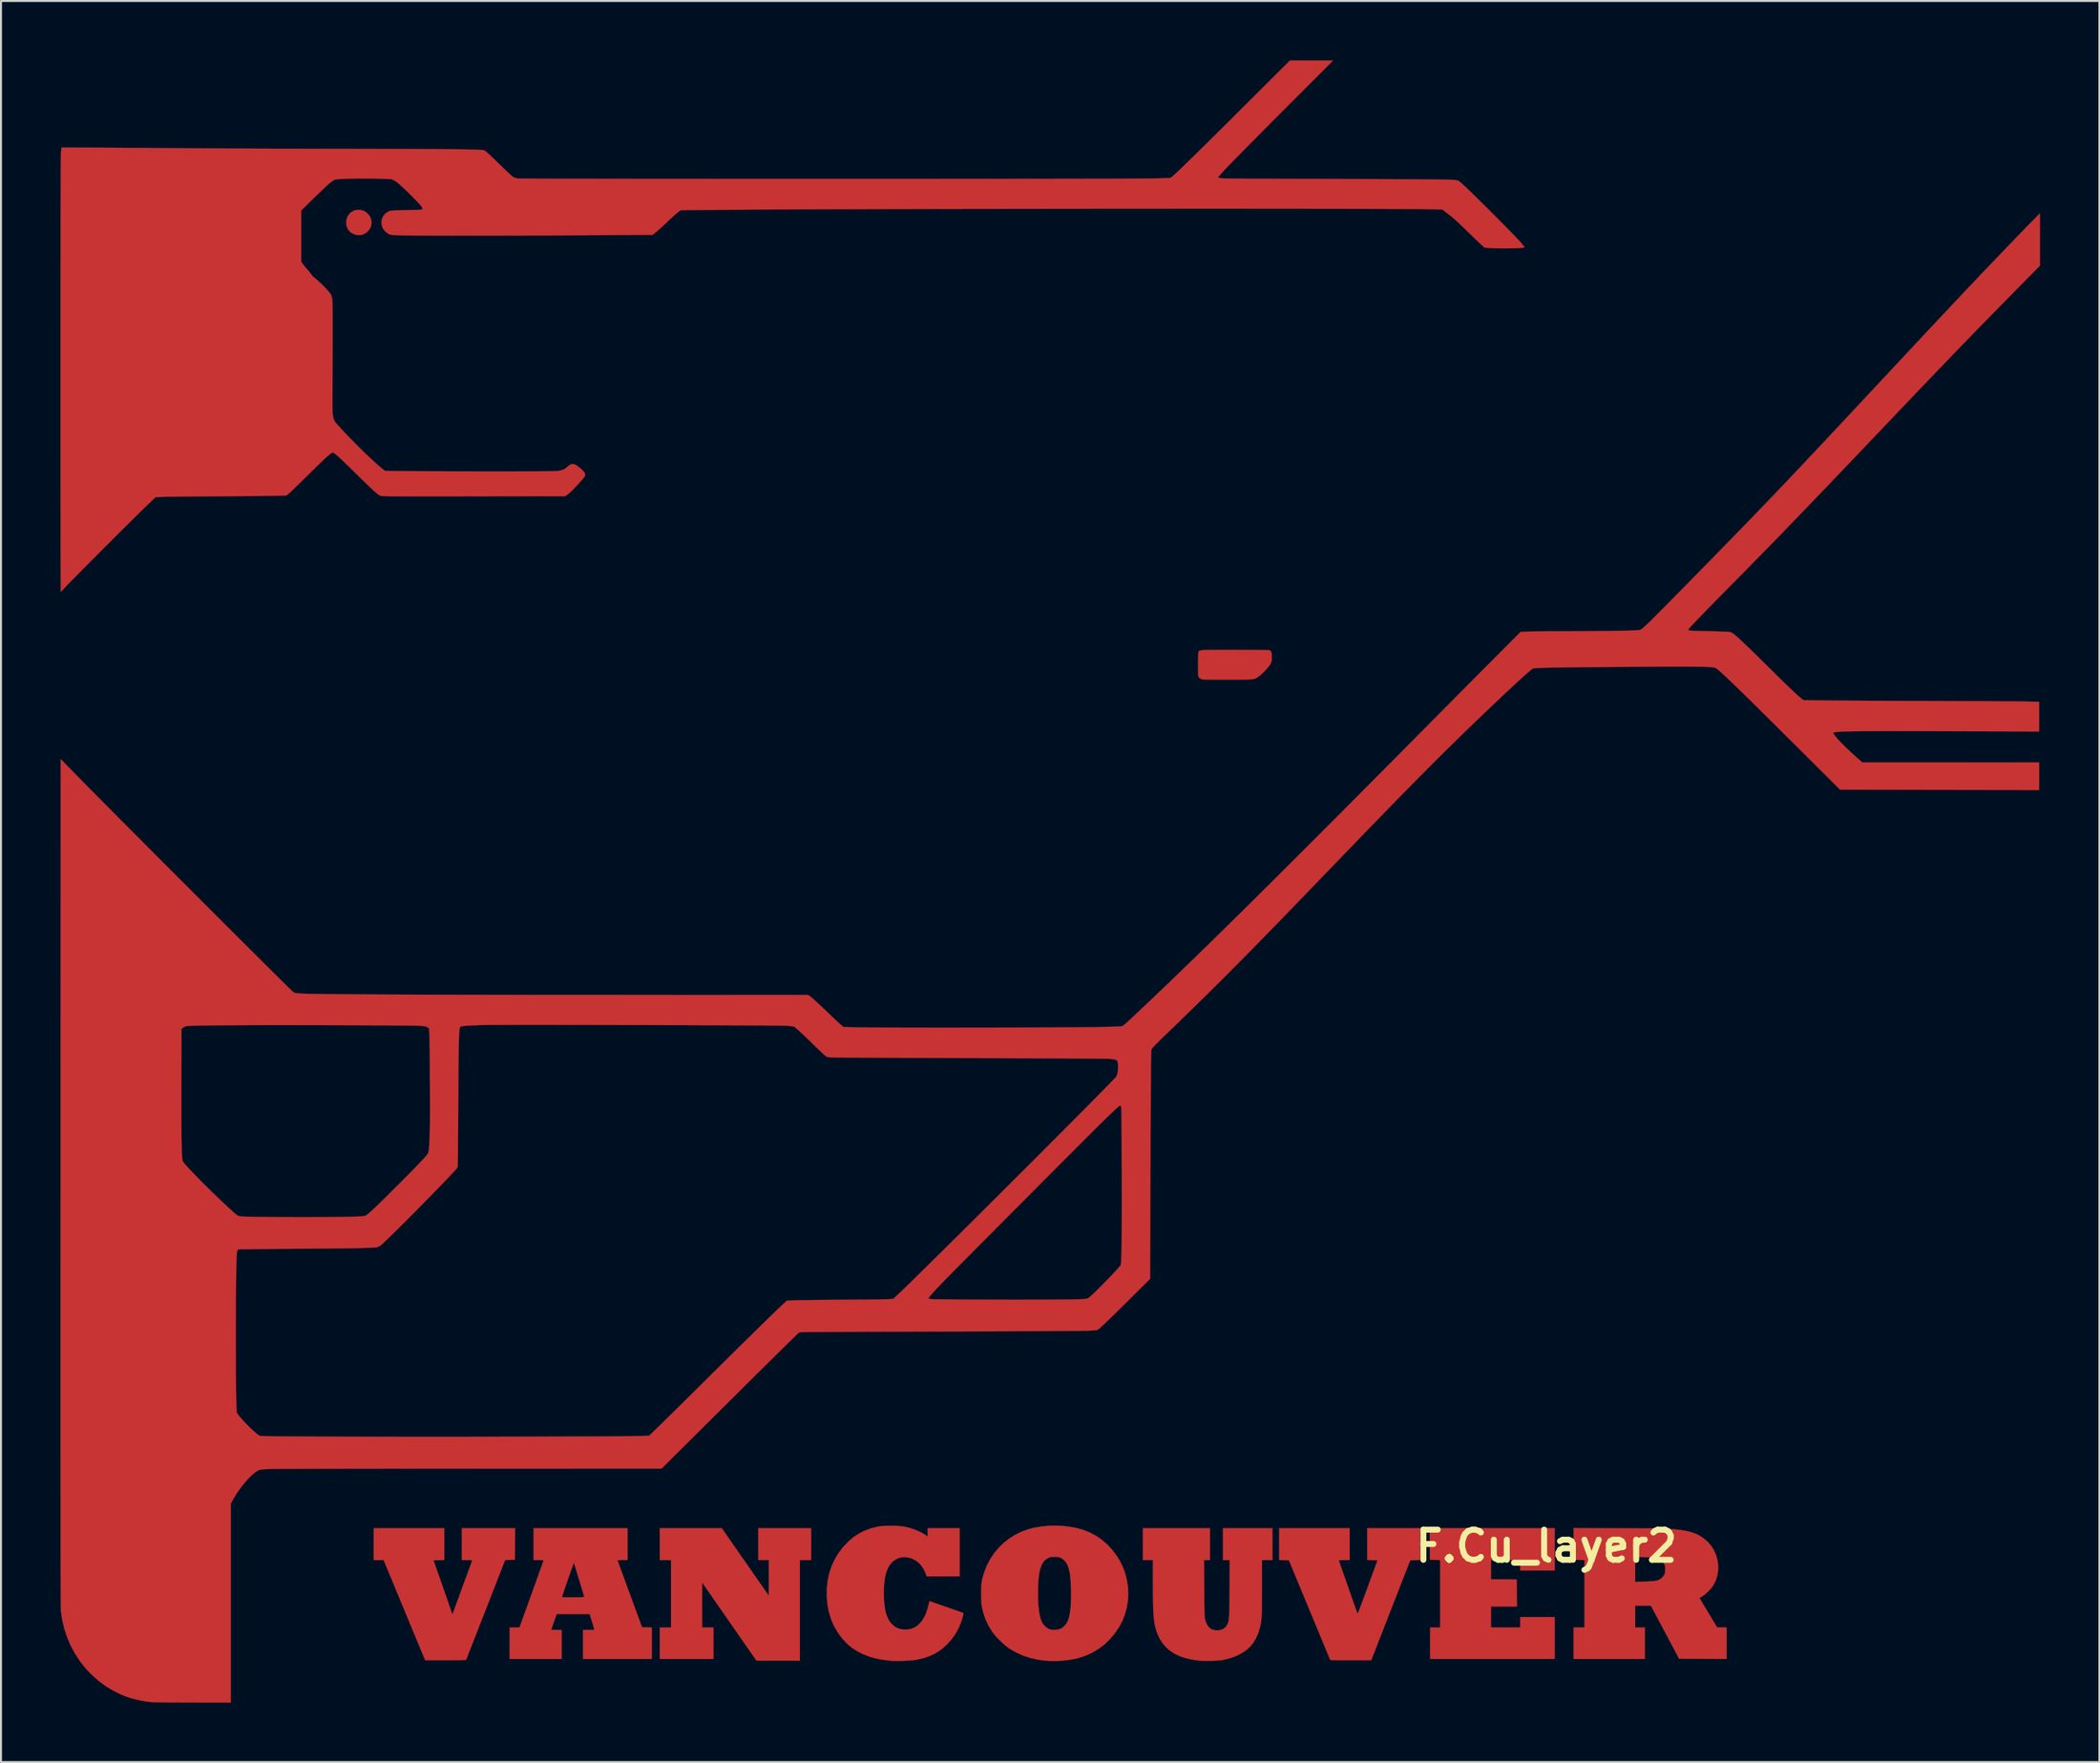
<source format=kicad_pcb>
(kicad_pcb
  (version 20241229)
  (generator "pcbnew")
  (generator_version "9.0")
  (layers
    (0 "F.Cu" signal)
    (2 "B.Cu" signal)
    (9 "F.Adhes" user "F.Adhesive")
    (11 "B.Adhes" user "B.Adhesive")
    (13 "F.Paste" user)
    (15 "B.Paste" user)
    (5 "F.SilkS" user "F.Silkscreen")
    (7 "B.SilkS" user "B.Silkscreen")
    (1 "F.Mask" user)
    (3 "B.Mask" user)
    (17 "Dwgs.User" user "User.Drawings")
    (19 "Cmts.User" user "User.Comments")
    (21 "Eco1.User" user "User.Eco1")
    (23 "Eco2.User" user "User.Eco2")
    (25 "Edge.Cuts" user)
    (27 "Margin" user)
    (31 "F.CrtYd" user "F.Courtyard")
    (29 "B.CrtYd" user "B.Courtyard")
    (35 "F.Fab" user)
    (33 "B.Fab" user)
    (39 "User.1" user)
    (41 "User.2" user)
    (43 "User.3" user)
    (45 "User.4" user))
  (footprint "F.Cu_layer2"
    (layer "F.Cu")
    (at 74.997 74.999)
    (property "Reference" "F.Cu_layer2" (at 0 0 0) (layer "F.SilkS") (effects (font (size 1.524 1.524) (thickness 0.3))))
    (attr through_hole)
    (fp_poly (pts (xy 0.423 1.228) (xy -1.312 1.228) (xy -1.312 0.699) (xy -2.794 0.699) (xy -2.794 1.672) (xy -1.492 1.683) (xy -1.487 2.365) (xy -1.481 3.048) (xy -2.794 3.048) (xy -2.794 4.106) (xy -1.312 4.106) (xy -1.312 3.577) (xy 0.423 3.577) (xy 0.423 5.694) (xy -5.863 5.694) (xy -5.863 4.106) (xy -5.355 4.106) (xy -5.355 0.7) (xy -5.614 0.694) (xy -5.874 0.688) (xy -5.879 -0.111) (xy -5.885 -0.91) (xy 0.423 -0.91) (xy 0.423 1.228)) (stroke (width 0.01) (type solid)) (fill yes) (layer "F.Cu"))
    (fp_poly (pts (xy -59.819 -67.445) (xy -59.67 -67.395) (xy -59.536 -67.309) (xy -59.421 -67.188) (xy -59.361 -67.095) (xy -59.312 -66.965) (xy -59.294 -66.82) (xy -59.31 -66.675) (xy -59.35 -66.559) (xy -59.441 -66.418) (xy -59.555 -66.307) (xy -59.688 -66.229) (xy -59.835 -66.186) (xy -59.989 -66.181) (xy -60.128 -66.21) (xy -60.284 -66.278) (xy -60.405 -66.372) (xy -60.492 -66.49) (xy -60.498 -66.501) (xy -60.554 -66.652) (xy -60.574 -66.806) (xy -60.56 -66.956) (xy -60.515 -67.097) (xy -60.44 -67.223) (xy -60.339 -67.327) (xy -60.213 -67.403) (xy -60.147 -67.427) (xy -59.98 -67.456) (xy -59.819 -67.445)) (stroke (width 0.01) (type solid)) (fill yes) (layer "F.Cu"))
    (fp_poly (pts (xy -40.754 0.333) (xy -40.601 0.553) (xy -40.447 0.775) (xy -40.295 0.994) (xy -40.148 1.205) (xy -40.009 1.405) (xy -39.88 1.589) (xy -39.766 1.754) (xy -39.669 1.893) (xy -39.592 2.004) (xy -39.566 2.041) (xy -39.243 2.505) (xy -39.243 0.699) (xy -39.772 0.699) (xy -39.772 -0.91) (xy -37.105 -0.91) (xy -37.105 0.699) (xy -37.677 0.699) (xy -37.677 5.779) (xy -39.867 5.776) (xy -40.782 4.46) (xy -40.943 4.227) (xy -41.109 3.989) (xy -41.275 3.749) (xy -41.439 3.513) (xy -41.598 3.286) (xy -41.747 3.071) (xy -41.884 2.875) (xy -42.005 2.701) (xy -42.107 2.554) (xy -42.152 2.489) (xy -42.608 1.834) (xy -42.608 4.106) (xy -42.037 4.106) (xy -42.037 5.694) (xy -44.746 5.694) (xy -44.746 4.106) (xy -44.175 4.106) (xy -44.175 0.699) (xy -44.746 0.699) (xy -44.746 -0.91) (xy -41.62 -0.91) (xy -40.754 0.333)) (stroke (width 0.01) (type solid)) (fill yes) (layer "F.Cu"))
    (fp_poly (pts (xy -9.927 0.699) (xy -10.205 0.699) (xy -10.322 0.699) (xy -10.403 0.703) (xy -10.451 0.708) (xy -10.471 0.717) (xy -10.472 0.725) (xy -10.464 0.749) (xy -10.442 0.81) (xy -10.41 0.904) (xy -10.366 1.027) (xy -10.314 1.177) (xy -10.254 1.351) (xy -10.186 1.544) (xy -10.113 1.753) (xy -10.036 1.975) (xy -10.001 2.074) (xy -9.922 2.301) (xy -9.847 2.516) (xy -9.777 2.715) (xy -9.713 2.896) (xy -9.657 3.056) (xy -9.609 3.19) (xy -9.571 3.296) (xy -9.544 3.37) (xy -9.529 3.408) (xy -9.526 3.413) (xy -9.517 3.397) (xy -9.494 3.344) (xy -9.459 3.257) (xy -9.414 3.14) (xy -9.359 2.996) (xy -9.295 2.828) (xy -9.225 2.639) (xy -9.148 2.433) (xy -9.066 2.212) (xy -9.014 2.069) (xy -8.517 0.709) (xy -8.777 0.703) (xy -9.038 0.697) (xy -9.038 -0.91) (xy -6.371 -0.91) (xy -6.371 0.697) (xy -6.619 0.703) (xy -6.866 0.709) (xy -7.852 3.233) (xy -8.837 5.757) (xy -9.87 5.757) (xy -10.106 5.757) (xy -10.303 5.757) (xy -10.465 5.756) (xy -10.596 5.755) (xy -10.698 5.753) (xy -10.775 5.751) (xy -10.832 5.747) (xy -10.87 5.743) (xy -10.895 5.737) (xy -10.908 5.731) (xy -10.915 5.723) (xy -10.916 5.72) (xy -10.926 5.696) (xy -10.951 5.636) (xy -10.99 5.541) (xy -11.042 5.414) (xy -11.107 5.257) (xy -11.183 5.074) (xy -11.27 4.865) (xy -11.366 4.634) (xy -11.47 4.382) (xy -11.581 4.113) (xy -11.699 3.828) (xy -11.823 3.531) (xy -11.951 3.222) (xy -11.962 3.196) (xy -12.993 0.709) (xy -13.238 0.703) (xy -13.483 0.697) (xy -13.483 -0.91) (xy -9.927 -0.91) (xy -9.927 0.699)) (stroke (width 0.01) (type solid)) (fill yes) (layer "F.Cu"))
    (fp_poly (pts (xy -55.626 0.697) (xy -55.897 0.703) (xy -56.168 0.709) (xy -55.728 1.968) (xy -55.65 2.193) (xy -55.575 2.408) (xy -55.504 2.61) (xy -55.44 2.795) (xy -55.382 2.96) (xy -55.333 3.1) (xy -55.294 3.213) (xy -55.266 3.293) (xy -55.251 3.338) (xy -55.25 3.341) (xy -55.212 3.454) (xy -54.718 2.103) (xy -54.634 1.874) (xy -54.554 1.657) (xy -54.48 1.454) (xy -54.413 1.27) (xy -54.353 1.107) (xy -54.302 0.968) (xy -54.262 0.858) (xy -54.233 0.778) (xy -54.216 0.734) (xy -54.213 0.725) (xy -54.219 0.714) (xy -54.249 0.706) (xy -54.309 0.701) (xy -54.404 0.699) (xy -54.47 0.699) (xy -54.737 0.699) (xy -54.737 -0.91) (xy -52.048 -0.91) (xy -52.054 -0.111) (xy -52.059 0.688) (xy -52.307 0.694) (xy -52.554 0.7) (xy -52.596 0.81) (xy -52.607 0.84) (xy -52.633 0.906) (xy -52.672 1.005) (xy -52.722 1.135) (xy -52.784 1.292) (xy -52.855 1.474) (xy -52.934 1.678) (xy -53.021 1.9) (xy -53.114 2.138) (xy -53.212 2.388) (xy -53.314 2.649) (xy -53.418 2.916) (xy -53.524 3.187) (xy -53.63 3.459) (xy -53.736 3.729) (xy -53.84 3.994) (xy -53.94 4.251) (xy -54.036 4.497) (xy -54.127 4.729) (xy -54.211 4.945) (xy -54.288 5.14) (xy -54.355 5.313) (xy -54.413 5.46) (xy -54.459 5.578) (xy -54.493 5.665) (xy -54.514 5.717) (xy -54.519 5.731) (xy -54.53 5.737) (xy -54.561 5.743) (xy -54.613 5.747) (xy -54.69 5.75) (xy -54.795 5.753) (xy -54.931 5.755) (xy -55.1 5.756) (xy -55.306 5.757) (xy -55.55 5.757) (xy -56.589 5.757) (xy -57.637 3.228) (xy -58.685 0.7) (xy -58.933 0.699) (xy -59.182 0.699) (xy -59.182 -0.91) (xy -55.626 -0.91) (xy -55.626 0.697)) (stroke (width 0.01) (type solid)) (fill yes) (layer "F.Cu"))
    (fp_poly (pts (xy -16.088 -45.244) (xy -15.775 -45.244) (xy -15.738 -45.244) (xy -15.473 -45.244) (xy -15.219 -45.243) (xy -14.979 -45.242) (xy -14.758 -45.241) (xy -14.558 -45.239) (xy -14.382 -45.238) (xy -14.235 -45.236) (xy -14.118 -45.233) (xy -14.036 -45.231) (xy -13.992 -45.228) (xy -13.986 -45.228) (xy -13.931 -45.203) (xy -13.893 -45.16) (xy -13.869 -45.092) (xy -13.856 -44.994) (xy -13.854 -44.885) (xy -13.855 -44.782) (xy -13.86 -44.709) (xy -13.872 -44.651) (xy -13.892 -44.595) (xy -13.914 -44.549) (xy -13.962 -44.471) (xy -14.035 -44.375) (xy -14.128 -44.268) (xy -14.231 -44.158) (xy -14.339 -44.052) (xy -14.444 -43.959) (xy -14.497 -43.918) (xy -14.544 -43.882) (xy -14.586 -43.852) (xy -14.626 -43.826) (xy -14.669 -43.805) (xy -14.718 -43.788) (xy -14.776 -43.774) (xy -14.847 -43.763) (xy -14.935 -43.755) (xy -15.044 -43.749) (xy -15.176 -43.745) (xy -15.336 -43.742) (xy -15.528 -43.741) (xy -15.754 -43.74) (xy -16.019 -43.739) (xy -16.034 -43.739) (xy -16.257 -43.738) (xy -16.47 -43.738) (xy -16.669 -43.739) (xy -16.849 -43.74) (xy -17.006 -43.742) (xy -17.136 -43.744) (xy -17.235 -43.746) (xy -17.298 -43.749) (xy -17.317 -43.751) (xy -17.416 -43.775) (xy -17.484 -43.81) (xy -17.534 -43.862) (xy -17.542 -43.873) (xy -17.554 -43.895) (xy -17.563 -43.924) (xy -17.569 -43.966) (xy -17.574 -44.026) (xy -17.577 -44.11) (xy -17.578 -44.222) (xy -17.579 -44.369) (xy -17.579 -44.449) (xy -17.578 -44.6) (xy -17.576 -44.741) (xy -17.573 -44.867) (xy -17.569 -44.97) (xy -17.565 -45.043) (xy -17.562 -45.07) (xy -17.557 -45.1) (xy -17.554 -45.127) (xy -17.548 -45.151) (xy -17.538 -45.171) (xy -17.521 -45.188) (xy -17.494 -45.202) (xy -17.454 -45.213) (xy -17.399 -45.223) (xy -17.326 -45.23) (xy -17.233 -45.235) (xy -17.116 -45.239) (xy -16.973 -45.242) (xy -16.801 -45.243) (xy -16.599 -45.244) (xy -16.362 -45.244) (xy -16.088 -45.244)) (stroke (width 0.01) (type solid)) (fill yes) (layer "F.Cu"))
    (fp_poly (pts (xy 3.667 -0.904) (xy 4.056 -0.902) (xy 4.405 -0.901) (xy 4.718 -0.899) (xy 4.997 -0.896) (xy 5.245 -0.894) (xy 5.464 -0.891) (xy 5.658 -0.888) (xy 5.83 -0.884) (xy 5.981 -0.879) (xy 6.116 -0.874) (xy 6.236 -0.868) (xy 6.345 -0.861) (xy 6.446 -0.853) (xy 6.541 -0.844) (xy 6.632 -0.834) (xy 6.724 -0.823) (xy 6.79 -0.814) (xy 7.088 -0.763) (xy 7.353 -0.693) (xy 7.589 -0.604) (xy 7.8 -0.492) (xy 7.994 -0.355) (xy 8.152 -0.213) (xy 8.325 -0.012) (xy 8.465 0.211) (xy 8.57 0.449) (xy 8.64 0.699) (xy 8.674 0.956) (xy 8.672 1.215) (xy 8.633 1.471) (xy 8.556 1.72) (xy 8.441 1.957) (xy 8.441 1.958) (xy 8.361 2.074) (xy 8.255 2.199) (xy 8.134 2.322) (xy 8.009 2.433) (xy 7.892 2.519) (xy 7.87 2.532) (xy 7.729 2.616) (xy 8.177 3.361) (xy 8.625 4.105) (xy 9.102 4.106) (xy 9.102 5.694) (xy 7.903 5.689) (xy 6.704 5.683) (xy 5.993 4.345) (xy 5.281 3.007) (xy 4.884 3.006) (xy 4.487 3.006) (xy 4.487 4.106) (xy 4.974 4.106) (xy 4.974 5.694) (xy 1.376 5.694) (xy 1.376 4.106) (xy 1.926 4.106) (xy 1.926 1.805) (xy 4.487 1.805) (xy 4.937 1.789) (xy 5.079 1.784) (xy 5.214 1.777) (xy 5.333 1.77) (xy 5.429 1.763) (xy 5.493 1.757) (xy 5.501 1.755) (xy 5.66 1.712) (xy 5.792 1.637) (xy 5.899 1.529) (xy 5.945 1.46) (xy 5.972 1.409) (xy 5.989 1.359) (xy 5.998 1.299) (xy 6 1.215) (xy 6.001 1.175) (xy 5.998 1.073) (xy 5.991 1) (xy 5.975 0.943) (xy 5.954 0.897) (xy 5.88 0.794) (xy 5.778 0.703) (xy 5.665 0.637) (xy 5.633 0.624) (xy 5.567 0.609) (xy 5.467 0.594) (xy 5.339 0.58) (xy 5.191 0.568) (xy 5.032 0.559) (xy 4.869 0.553) (xy 4.715 0.551) (xy 4.487 0.55) (xy 4.487 1.805) (xy 1.926 1.805) (xy 1.926 0.7) (xy 1.386 0.688) (xy 1.381 -0.113) (xy 1.375 -0.914) (xy 3.667 -0.904)) (stroke (width 0.01) (type solid)) (fill yes) (layer "F.Cu"))
    (fp_poly (pts (xy -16.976 0.699) (xy -17.275 0.699) (xy -17.266 2.122) (xy -17.265 2.408) (xy -17.263 2.656) (xy -17.261 2.867) (xy -17.259 3.046) (xy -17.256 3.195) (xy -17.253 3.319) (xy -17.25 3.419) (xy -17.246 3.5) (xy -17.242 3.564) (xy -17.236 3.615) (xy -17.23 3.657) (xy -17.223 3.691) (xy -17.223 3.694) (xy -17.168 3.873) (xy -17.095 4.014) (xy -17.004 4.121) (xy -16.893 4.194) (xy -16.77 4.234) (xy -16.603 4.252) (xy -16.45 4.235) (xy -16.315 4.185) (xy -16.203 4.104) (xy -16.118 3.993) (xy -16.092 3.939) (xy -16.074 3.894) (xy -16.059 3.85) (xy -16.045 3.803) (xy -16.034 3.749) (xy -16.024 3.686) (xy -16.016 3.61) (xy -16.01 3.518) (xy -16.004 3.407) (xy -16 3.274) (xy -15.996 3.114) (xy -15.994 2.926) (xy -15.991 2.705) (xy -15.989 2.449) (xy -15.987 2.153) (xy -15.987 2.133) (xy -15.978 0.699) (xy -16.32 0.699) (xy -16.32 -0.91) (xy -13.822 -0.91) (xy -13.822 0.699) (xy -14.351 0.699) (xy -14.351 2.09) (xy -14.352 2.392) (xy -14.352 2.656) (xy -14.354 2.885) (xy -14.356 3.082) (xy -14.359 3.252) (xy -14.363 3.398) (xy -14.369 3.523) (xy -14.376 3.632) (xy -14.385 3.728) (xy -14.396 3.815) (xy -14.409 3.897) (xy -14.424 3.976) (xy -14.442 4.058) (xy -14.455 4.113) (xy -14.538 4.387) (xy -14.651 4.645) (xy -14.791 4.877) (xy -14.921 5.042) (xy -15.087 5.201) (xy -15.287 5.347) (xy -15.517 5.478) (xy -15.77 5.589) (xy -16.039 5.679) (xy -16.319 5.743) (xy -16.351 5.749) (xy -16.458 5.762) (xy -16.598 5.774) (xy -16.759 5.782) (xy -16.931 5.788) (xy -17.104 5.79) (xy -17.268 5.789) (xy -17.412 5.785) (xy -17.515 5.777) (xy -17.879 5.726) (xy -18.208 5.651) (xy -18.505 5.55) (xy -18.769 5.424) (xy -19.001 5.272) (xy -19.204 5.093) (xy -19.377 4.886) (xy -19.523 4.651) (xy -19.641 4.386) (xy -19.672 4.297) (xy -19.705 4.192) (xy -19.734 4.086) (xy -19.759 3.975) (xy -19.781 3.855) (xy -19.799 3.723) (xy -19.814 3.576) (xy -19.826 3.411) (xy -19.836 3.223) (xy -19.843 3.01) (xy -19.848 2.768) (xy -19.852 2.494) (xy -19.854 2.184) (xy -19.854 1.847) (xy -19.854 0.699) (xy -20.362 0.699) (xy -20.362 -0.91) (xy -16.976 -0.91) (xy -16.976 0.699)) (stroke (width 0.01) (type solid)) (fill yes) (layer "F.Cu"))
    (fp_poly (pts (xy -46.376 0.699) (xy -46.63 0.699) (xy -46.728 0.699) (xy -46.809 0.7) (xy -46.863 0.702) (xy -46.884 0.704) (xy -46.884 0.704) (xy -46.877 0.724) (xy -46.856 0.781) (xy -46.823 0.872) (xy -46.779 0.994) (xy -46.724 1.144) (xy -46.659 1.32) (xy -46.587 1.518) (xy -46.507 1.735) (xy -46.422 1.969) (xy -46.331 2.217) (xy -46.262 2.402) (xy -45.641 4.096) (xy -45.148 4.108) (xy -45.148 5.694) (xy -48.62 5.694) (xy -48.62 4.233) (xy -48.334 4.233) (xy -48.227 4.232) (xy -48.138 4.228) (xy -48.077 4.222) (xy -48.049 4.215) (xy -48.048 4.214) (xy -48.054 4.188) (xy -48.07 4.129) (xy -48.094 4.046) (xy -48.124 3.945) (xy -48.157 3.835) (xy -48.191 3.724) (xy -48.224 3.618) (xy -48.252 3.53) (xy -48.285 3.429) (xy -49.948 3.429) (xy -49.981 3.519) (xy -50.001 3.573) (xy -50.029 3.652) (xy -50.063 3.747) (xy -50.1 3.85) (xy -50.136 3.955) (xy -50.17 4.052) (xy -50.198 4.135) (xy -50.219 4.195) (xy -50.228 4.224) (xy -50.228 4.226) (xy -50.209 4.229) (xy -50.155 4.231) (xy -50.074 4.233) (xy -49.975 4.233) (xy -49.964 4.233) (xy -49.699 4.233) (xy -49.699 5.694) (xy -52.324 5.694) (xy -52.324 4.106) (xy -51.825 4.106) (xy -51.276 2.582) (xy -49.683 2.582) (xy -49.12 2.582) (xy -48.97 2.582) (xy -48.836 2.58) (xy -48.721 2.577) (xy -48.633 2.573) (xy -48.576 2.569) (xy -48.556 2.564) (xy -48.562 2.542) (xy -48.579 2.484) (xy -48.605 2.396) (xy -48.639 2.282) (xy -48.679 2.149) (xy -48.724 2.002) (xy -48.771 1.844) (xy -48.82 1.682) (xy -48.869 1.521) (xy -48.917 1.366) (xy -48.961 1.222) (xy -49 1.093) (xy -49.033 0.987) (xy -49.058 0.906) (xy -49.074 0.857) (xy -49.078 0.847) (xy -49.086 0.861) (xy -49.106 0.91) (xy -49.137 0.99) (xy -49.176 1.095) (xy -49.221 1.221) (xy -49.272 1.362) (xy -49.326 1.513) (xy -49.381 1.671) (xy -49.436 1.829) (xy -49.49 1.984) (xy -49.54 2.129) (xy -49.584 2.261) (xy -49.621 2.374) (xy -49.65 2.463) (xy -49.668 2.523) (xy -49.671 2.534) (xy -49.683 2.582) (xy -51.276 2.582) (xy -51.217 2.418) (xy -51.125 2.162) (xy -51.037 1.918) (xy -50.955 1.688) (xy -50.879 1.475) (xy -50.81 1.282) (xy -50.749 1.113) (xy -50.698 0.97) (xy -50.658 0.855) (xy -50.629 0.773) (xy -50.613 0.725) (xy -50.609 0.714) (xy -50.629 0.708) (xy -50.683 0.703) (xy -50.763 0.7) (xy -50.861 0.699) (xy -51.117 0.699) (xy -51.117 -0.91) (xy -46.376 -0.91) (xy -46.376 0.699)) (stroke (width 0.01) (type solid)) (fill yes) (layer "F.Cu"))
    (fp_poly (pts (xy -24.236 -1.005) (xy -23.841 -0.943) (xy -23.466 -0.85) (xy -23.381 -0.823) (xy -23.044 -0.691) (xy -22.725 -0.522) (xy -22.428 -0.316) (xy -22.152 -0.076) (xy -21.899 0.199) (xy -21.671 0.508) (xy -21.554 0.695) (xy -21.389 1.016) (xy -21.261 1.352) (xy -21.17 1.699) (xy -21.117 2.054) (xy -21.101 2.412) (xy -21.122 2.769) (xy -21.181 3.121) (xy -21.277 3.465) (xy -21.409 3.796) (xy -21.558 4.075) (xy -21.777 4.4) (xy -22.023 4.693) (xy -22.294 4.953) (xy -22.591 5.179) (xy -22.911 5.371) (xy -23.254 5.527) (xy -23.619 5.646) (xy -23.864 5.704) (xy -24.231 5.761) (xy -24.616 5.792) (xy -25.005 5.795) (xy -25.326 5.776) (xy -25.692 5.724) (xy -26.052 5.64) (xy -26.4 5.525) (xy -26.728 5.381) (xy -27.03 5.212) (xy -27.157 5.127) (xy -27.293 5.022) (xy -27.439 4.895) (xy -27.588 4.753) (xy -27.73 4.606) (xy -27.856 4.462) (xy -27.958 4.332) (xy -27.975 4.307) (xy -28.157 4.006) (xy -28.304 3.692) (xy -28.417 3.357) (xy -28.473 3.133) (xy -28.488 3.054) (xy -28.5 2.981) (xy -28.509 2.905) (xy -28.515 2.819) (xy -28.519 2.713) (xy -28.521 2.581) (xy -28.521 2.415) (xy -28.521 2.413) (xy -28.521 2.365) (xy -25.658 2.365) (xy -25.654 2.699) (xy -25.637 3) (xy -25.609 3.266) (xy -25.569 3.496) (xy -25.518 3.689) (xy -25.456 3.842) (xy -25.435 3.881) (xy -25.363 3.979) (xy -25.269 4.072) (xy -25.167 4.149) (xy -25.069 4.198) (xy -25.068 4.198) (xy -24.953 4.223) (xy -24.817 4.228) (xy -24.677 4.215) (xy -24.552 4.185) (xy -24.517 4.171) (xy -24.406 4.104) (xy -24.3 4.007) (xy -24.209 3.89) (xy -24.159 3.798) (xy -24.101 3.639) (xy -24.054 3.439) (xy -24.02 3.199) (xy -23.997 2.919) (xy -23.986 2.6) (xy -23.987 2.242) (xy -23.988 2.205) (xy -23.998 1.915) (xy -24.014 1.664) (xy -24.037 1.447) (xy -24.068 1.262) (xy -24.108 1.104) (xy -24.157 0.97) (xy -24.217 0.858) (xy -24.288 0.762) (xy -24.322 0.726) (xy -24.412 0.645) (xy -24.501 0.59) (xy -24.601 0.557) (xy -24.723 0.542) (xy -24.819 0.54) (xy -24.921 0.541) (xy -24.993 0.546) (xy -25.049 0.557) (xy -25.103 0.577) (xy -25.158 0.604) (xy -25.27 0.676) (xy -25.366 0.771) (xy -25.446 0.892) (xy -25.512 1.04) (xy -25.565 1.219) (xy -25.605 1.432) (xy -25.633 1.68) (xy -25.65 1.967) (xy -25.651 2) (xy -25.658 2.365) (xy -28.521 2.365) (xy -28.521 2.224) (xy -28.517 2.068) (xy -28.51 1.936) (xy -28.497 1.819) (xy -28.478 1.709) (xy -28.451 1.595) (xy -28.416 1.47) (xy -28.38 1.355) (xy -28.248 1.005) (xy -28.08 0.677) (xy -27.879 0.371) (xy -27.646 0.09) (xy -27.386 -0.164) (xy -27.098 -0.389) (xy -26.787 -0.583) (xy -26.455 -0.743) (xy -26.103 -0.867) (xy -25.859 -0.929) (xy -25.462 -0.997) (xy -25.054 -1.032) (xy -24.643 -1.034) (xy -24.236 -1.005)) (stroke (width 0.01) (type solid)) (fill yes) (layer "F.Cu"))
    (fp_poly (pts (xy -32.937 -1.026) (xy -32.762 -1.02) (xy -32.605 -1.01) (xy -32.475 -0.996) (xy -32.438 -0.99) (xy -32.133 -0.919) (xy -31.848 -0.826) (xy -31.588 -0.712) (xy -31.36 -0.58) (xy -31.351 -0.573) (xy -31.221 -0.485) (xy -31.221 -0.91) (xy -29.612 -0.91) (xy -29.612 1.524) (xy -31.278 1.524) (xy -31.304 1.434) (xy -31.362 1.284) (xy -31.446 1.128) (xy -31.546 0.982) (xy -31.637 0.877) (xy -31.794 0.746) (xy -31.965 0.648) (xy -32.145 0.585) (xy -32.329 0.555) (xy -32.512 0.56) (xy -32.688 0.6) (xy -32.852 0.674) (xy -32.999 0.784) (xy -33.03 0.814) (xy -33.151 0.965) (xy -33.25 1.149) (xy -33.329 1.368) (xy -33.386 1.621) (xy -33.423 1.91) (xy -33.439 2.236) (xy -33.437 2.526) (xy -33.422 2.825) (xy -33.392 3.088) (xy -33.348 3.317) (xy -33.287 3.516) (xy -33.21 3.688) (xy -33.115 3.837) (xy -33.037 3.929) (xy -32.896 4.054) (xy -32.743 4.141) (xy -32.571 4.193) (xy -32.376 4.212) (xy -32.353 4.212) (xy -32.149 4.195) (xy -31.966 4.144) (xy -31.801 4.055) (xy -31.647 3.927) (xy -31.616 3.895) (xy -31.497 3.75) (xy -31.395 3.582) (xy -31.306 3.386) (xy -31.23 3.157) (xy -31.18 2.966) (xy -31.16 2.885) (xy -31.144 2.822) (xy -31.133 2.786) (xy -31.131 2.782) (xy -31.11 2.787) (xy -31.055 2.805) (xy -30.97 2.833) (xy -30.86 2.871) (xy -30.73 2.916) (xy -30.585 2.966) (xy -30.43 3.019) (xy -30.271 3.075) (xy -30.112 3.131) (xy -29.958 3.185) (xy -29.814 3.236) (xy -29.685 3.281) (xy -29.577 3.32) (xy -29.494 3.35) (xy -29.441 3.37) (xy -29.424 3.378) (xy -29.422 3.404) (xy -29.432 3.461) (xy -29.45 3.541) (xy -29.475 3.635) (xy -29.504 3.735) (xy -29.522 3.789) (xy -29.651 4.114) (xy -29.818 4.42) (xy -30.023 4.707) (xy -30.246 4.955) (xy -30.462 5.153) (xy -30.688 5.319) (xy -30.928 5.458) (xy -31.189 5.57) (xy -31.476 5.661) (xy -31.796 5.732) (xy -31.835 5.739) (xy -31.937 5.753) (xy -32.07 5.765) (xy -32.225 5.776) (xy -32.393 5.785) (xy -32.562 5.791) (xy -32.724 5.795) (xy -32.868 5.794) (xy -32.985 5.791) (xy -33.031 5.787) (xy -33.265 5.762) (xy -33.466 5.736) (xy -33.642 5.708) (xy -33.801 5.676) (xy -33.952 5.639) (xy -34.104 5.594) (xy -34.191 5.566) (xy -34.49 5.45) (xy -34.77 5.308) (xy -35.026 5.145) (xy -35.249 4.964) (xy -35.312 4.904) (xy -35.569 4.619) (xy -35.788 4.315) (xy -35.969 3.993) (xy -36.112 3.651) (xy -36.218 3.291) (xy -36.286 2.91) (xy -36.315 2.561) (xy -36.313 2.15) (xy -36.273 1.756) (xy -36.194 1.379) (xy -36.077 1.02) (xy -35.921 0.678) (xy -35.729 0.356) (xy -35.498 0.052) (xy -35.23 -0.231) (xy -35.225 -0.236) (xy -34.969 -0.454) (xy -34.694 -0.637) (xy -34.397 -0.786) (xy -34.076 -0.903) (xy -33.729 -0.988) (xy -33.615 -1.004) (xy -33.469 -1.016) (xy -33.301 -1.024) (xy -33.12 -1.027) (xy -32.937 -1.026)) (stroke (width 0.01) (type solid)) (fill yes) (layer "F.Cu"))
    (fp_poly (pts (xy -12.966 -72.787) (xy -13.362 -72.39) (xy -13.73 -72.021) (xy -14.069 -71.68) (xy -14.381 -71.366) (xy -14.668 -71.078) (xy -14.93 -70.814) (xy -15.167 -70.574) (xy -15.382 -70.357) (xy -15.575 -70.16) (xy -15.747 -69.985) (xy -15.9 -69.828) (xy -16.033 -69.69) (xy -16.149 -69.569) (xy -16.248 -69.465) (xy -16.331 -69.375) (xy -16.399 -69.3) (xy -16.454 -69.237) (xy -16.495 -69.187) (xy -16.526 -69.148) (xy -16.545 -69.118) (xy -16.555 -69.098) (xy -16.556 -69.085) (xy -16.554 -69.081) (xy -16.526 -69.072) (xy -16.465 -69.061) (xy -16.38 -69.051) (xy -16.284 -69.043) (xy -16.24 -69.042) (xy -16.156 -69.04) (xy -16.034 -69.038) (xy -15.875 -69.036) (xy -15.681 -69.035) (xy -15.455 -69.033) (xy -15.197 -69.031) (xy -14.911 -69.029) (xy -14.598 -69.027) (xy -14.26 -69.025) (xy -13.899 -69.024) (xy -13.516 -69.022) (xy -13.114 -69.02) (xy -12.695 -69.019) (xy -12.261 -69.017) (xy -11.812 -69.016) (xy -11.353 -69.015) (xy -10.883 -69.013) (xy -10.806 -69.013) (xy -10.189 -69.012) (xy -9.614 -69.01) (xy -9.078 -69.009) (xy -8.581 -69.007) (xy -8.12 -69.005) (xy -7.694 -69.004) (xy -7.303 -69.002) (xy -6.943 -69) (xy -6.616 -68.998) (xy -6.317 -68.996) (xy -6.047 -68.994) (xy -5.804 -68.991) (xy -5.587 -68.989) (xy -5.394 -68.986) (xy -5.223 -68.983) (xy -5.074 -68.98) (xy -4.944 -68.976) (xy -4.834 -68.972) (xy -4.74 -68.968) (xy -4.662 -68.964) (xy -4.598 -68.959) (xy -4.548 -68.954) (xy -4.509 -68.948) (xy -4.48 -68.942) (xy -4.459 -68.936) (xy -4.452 -68.933) (xy -4.409 -68.905) (xy -4.344 -68.853) (xy -4.256 -68.777) (xy -4.145 -68.675) (xy -4.009 -68.549) (xy -3.849 -68.395) (xy -3.663 -68.215) (xy -3.45 -68.006) (xy -3.211 -67.769) (xy -2.943 -67.503) (xy -2.772 -67.332) (xy -2.485 -67.045) (xy -2.228 -66.786) (xy -2 -66.555) (xy -1.799 -66.35) (xy -1.626 -66.171) (xy -1.48 -66.017) (xy -1.358 -65.887) (xy -1.261 -65.78) (xy -1.189 -65.695) (xy -1.139 -65.632) (xy -1.111 -65.589) (xy -1.104 -65.565) (xy -1.106 -65.562) (xy -1.137 -65.551) (xy -1.206 -65.542) (xy -1.306 -65.533) (xy -1.432 -65.526) (xy -1.579 -65.52) (xy -1.742 -65.516) (xy -1.915 -65.513) (xy -2.093 -65.511) (xy -2.271 -65.511) (xy -2.443 -65.513) (xy -2.604 -65.517) (xy -2.748 -65.523) (xy -2.871 -65.531) (xy -2.875 -65.531) (xy -3.115 -65.551) (xy -3.276 -65.695) (xy -3.331 -65.745) (xy -3.411 -65.82) (xy -3.511 -65.916) (xy -3.626 -66.026) (xy -3.75 -66.146) (xy -3.88 -66.272) (xy -3.946 -66.336) (xy -4.12 -66.506) (xy -4.269 -66.65) (xy -4.397 -66.772) (xy -4.508 -66.875) (xy -4.606 -66.964) (xy -4.696 -67.043) (xy -4.783 -67.116) (xy -4.869 -67.185) (xy -4.961 -67.257) (xy -5.009 -67.293) (xy -5.246 -67.473) (xy -5.835 -67.487) (xy -5.963 -67.489) (xy -6.132 -67.491) (xy -6.341 -67.494) (xy -6.588 -67.496) (xy -6.872 -67.498) (xy -7.192 -67.5) (xy -7.547 -67.501) (xy -7.934 -67.503) (xy -8.354 -67.504) (xy -8.804 -67.506) (xy -9.284 -67.507) (xy -9.792 -67.508) (xy -10.326 -67.51) (xy -10.885 -67.51) (xy -11.469 -67.511) (xy -12.076 -67.512) (xy -12.704 -67.513) (xy -13.352 -67.513) (xy -14.019 -67.514) (xy -14.703 -67.514) (xy -15.404 -67.515) (xy -16.12 -67.515) (xy -16.849 -67.515) (xy -17.591 -67.515) (xy -18.344 -67.515) (xy -19.107 -67.514) (xy -19.878 -67.514) (xy -20.656 -67.514) (xy -21.44 -67.513) (xy -22.228 -67.513) (xy -23.02 -67.512) (xy -23.813 -67.511) (xy -24.608 -67.51) (xy -25.401 -67.509) (xy -26.193 -67.508) (xy -26.981 -67.507) (xy -27.765 -67.506) (xy -28.542 -67.505) (xy -29.313 -67.504) (xy -30.075 -67.502) (xy -30.827 -67.501) (xy -31.568 -67.499) (xy -32.297 -67.497) (xy -33.012 -67.496) (xy -33.712 -67.494) (xy -34.395 -67.492) (xy -35.061 -67.49) (xy -35.708 -67.488) (xy -36.335 -67.486) (xy -36.94 -67.484) (xy -37.522 -67.482) (xy -38.08 -67.479) (xy -38.613 -67.477) (xy -39.119 -67.475) (xy -39.597 -67.472) (xy -40.045 -67.47) (xy -40.463 -67.467) (xy -40.849 -67.464) (xy -41.201 -67.462) (xy -41.519 -67.459) (xy -41.633 -67.458) (xy -43.695 -67.437) (xy -43.845 -67.322) (xy -43.903 -67.275) (xy -43.985 -67.203) (xy -44.085 -67.114) (xy -44.196 -67.012) (xy -44.312 -66.904) (xy -44.386 -66.833) (xy -44.504 -66.722) (xy -44.621 -66.613) (xy -44.732 -66.511) (xy -44.83 -66.424) (xy -44.908 -66.356) (xy -44.943 -66.326) (xy -45.109 -66.193) (xy -48.531 -66.175) (xy -49.138 -66.172) (xy -49.738 -66.169) (xy -50.33 -66.166) (xy -50.913 -66.164) (xy -51.484 -66.162) (xy -52.042 -66.161) (xy -52.586 -66.159) (xy -53.114 -66.158) (xy -53.625 -66.158) (xy -54.117 -66.157) (xy -54.589 -66.157) (xy -55.038 -66.157) (xy -55.464 -66.158) (xy -55.866 -66.158) (xy -56.24 -66.159) (xy -56.587 -66.161) (xy -56.904 -66.162) (xy -57.191 -66.164) (xy -57.444 -66.166) (xy -57.664 -66.169) (xy -57.847 -66.172) (xy -57.994 -66.175) (xy -58.102 -66.178) (xy -58.17 -66.181) (xy -58.185 -66.183) (xy -58.288 -66.198) (xy -58.363 -66.215) (xy -58.423 -66.239) (xy -58.484 -66.274) (xy -58.498 -66.283) (xy -58.623 -66.388) (xy -58.714 -66.511) (xy -58.771 -66.646) (xy -58.795 -66.786) (xy -58.786 -66.927) (xy -58.744 -67.063) (xy -58.67 -67.187) (xy -58.565 -67.294) (xy -58.428 -67.378) (xy -58.421 -67.381) (xy -58.393 -67.392) (xy -58.362 -67.402) (xy -58.323 -67.41) (xy -58.272 -67.416) (xy -58.203 -67.421) (xy -58.114 -67.426) (xy -57.998 -67.43) (xy -57.851 -67.433) (xy -57.668 -67.437) (xy -57.573 -67.439) (xy -57.397 -67.443) (xy -57.233 -67.448) (xy -57.087 -67.452) (xy -56.962 -67.457) (xy -56.865 -67.461) (xy -56.801 -67.466) (xy -56.776 -67.469) (xy -56.742 -67.484) (xy -56.724 -67.506) (xy -56.723 -67.537) (xy -56.742 -67.58) (xy -56.781 -67.638) (xy -56.843 -67.714) (xy -56.93 -67.81) (xy -57.044 -67.93) (xy -57.187 -68.077) (xy -57.19 -68.08) (xy -57.414 -68.305) (xy -57.612 -68.496) (xy -57.784 -68.655) (xy -57.929 -68.781) (xy -58.048 -68.874) (xy -58.142 -68.934) (xy -58.158 -68.942) (xy -58.287 -69.006) (xy -58.988 -69.03) (xy -59.178 -69.035) (xy -59.382 -69.038) (xy -59.595 -69.039) (xy -59.813 -69.039) (xy -60.03 -69.037) (xy -60.241 -69.033) (xy -60.442 -69.028) (xy -60.627 -69.022) (xy -60.792 -69.015) (xy -60.932 -69.007) (xy -61.041 -68.997) (xy -61.114 -68.987) (xy -61.133 -68.983) (xy -61.175 -68.967) (xy -61.222 -68.942) (xy -61.278 -68.906) (xy -61.344 -68.855) (xy -61.424 -68.789) (xy -61.521 -68.704) (xy -61.635 -68.598) (xy -61.772 -68.47) (xy -61.932 -68.316) (xy -62.119 -68.135) (xy -62.161 -68.094) (xy -62.844 -67.428) (xy -62.844 -64.841) (xy -62.782 -64.747) (xy -62.744 -64.696) (xy -62.686 -64.622) (xy -62.614 -64.535) (xy -62.537 -64.445) (xy -62.526 -64.432) (xy -62.452 -64.346) (xy -62.387 -64.267) (xy -62.337 -64.203) (xy -62.307 -64.161) (xy -62.304 -64.155) (xy -62.275 -64.118) (xy -62.221 -64.066) (xy -62.151 -64.007) (xy -62.119 -63.981) (xy -62.035 -63.912) (xy -61.937 -63.824) (xy -61.831 -63.723) (xy -61.722 -63.615) (xy -61.617 -63.507) (xy -61.521 -63.402) (xy -61.44 -63.309) (xy -61.379 -63.231) (xy -61.343 -63.176) (xy -61.343 -63.175) (xy -61.31 -63.086) (xy -61.284 -62.97) (xy -61.272 -62.89) (xy -61.269 -62.838) (xy -61.266 -62.746) (xy -61.263 -62.615) (xy -61.261 -62.446) (xy -61.259 -62.243) (xy -61.258 -62.005) (xy -61.257 -61.736) (xy -61.257 -61.436) (xy -61.257 -61.108) (xy -61.257 -60.754) (xy -61.258 -60.374) (xy -61.258 -60.367) (xy -61.259 -60.045) (xy -61.26 -59.728) (xy -61.261 -59.419) (xy -61.261 -59.122) (xy -61.262 -58.839) (xy -61.263 -58.575) (xy -61.264 -58.333) (xy -61.264 -58.116) (xy -61.265 -57.928) (xy -61.265 -57.772) (xy -61.265 -57.651) (xy -61.266 -57.573) (xy -61.265 -57.382) (xy -61.26 -57.226) (xy -61.25 -57.099) (xy -61.233 -56.996) (xy -61.209 -56.909) (xy -61.176 -56.832) (xy -61.133 -56.759) (xy -61.098 -56.709) (xy -61.055 -56.655) (xy -60.985 -56.576) (xy -60.892 -56.474) (xy -60.782 -56.355) (xy -60.656 -56.221) (xy -60.52 -56.078) (xy -60.376 -55.929) (xy -60.23 -55.778) (xy -60.084 -55.63) (xy -59.942 -55.488) (xy -59.809 -55.356) (xy -59.72 -55.268) (xy -59.572 -55.126) (xy -59.422 -54.985) (xy -59.275 -54.848) (xy -59.133 -54.719) (xy -59.002 -54.6) (xy -58.883 -54.496) (xy -58.781 -54.408) (xy -58.699 -54.341) (xy -58.641 -54.298) (xy -58.614 -54.283) (xy -58.586 -54.28) (xy -58.518 -54.278) (xy -58.413 -54.275) (xy -58.272 -54.273) (xy -58.1 -54.271) (xy -57.897 -54.269) (xy -57.666 -54.267) (xy -57.41 -54.265) (xy -57.132 -54.264) (xy -56.833 -54.262) (xy -56.516 -54.26) (xy -56.184 -54.259) (xy -55.839 -54.258) (xy -55.483 -54.257) (xy -55.119 -54.256) (xy -54.75 -54.255) (xy -54.377 -54.255) (xy -54.004 -54.254) (xy -53.632 -54.254) (xy -53.265 -54.254) (xy -52.904 -54.254) (xy -52.553 -54.254) (xy -52.212 -54.254) (xy -51.886 -54.255) (xy -51.576 -54.255) (xy -51.285 -54.256) (xy -51.016 -54.257) (xy -50.77 -54.258) (xy -50.55 -54.26) (xy -50.359 -54.261) (xy -50.199 -54.263) (xy -50.072 -54.265) (xy -49.982 -54.268) (xy -49.93 -54.27) (xy -49.924 -54.27) (xy -49.777 -54.292) (xy -49.66 -54.323) (xy -49.559 -54.37) (xy -49.464 -54.437) (xy -49.401 -54.492) (xy -49.305 -54.571) (xy -49.221 -54.615) (xy -49.14 -54.627) (xy -49.055 -54.611) (xy -48.977 -54.573) (xy -48.881 -54.511) (xy -48.778 -54.43) (xy -48.676 -54.338) (xy -48.625 -54.286) (xy -48.567 -54.221) (xy -48.533 -54.173) (xy -48.517 -54.129) (xy -48.514 -54.084) (xy -48.516 -54.053) (xy -48.523 -54.023) (xy -48.54 -53.989) (xy -48.571 -53.946) (xy -48.618 -53.888) (xy -48.685 -53.811) (xy -48.776 -53.708) (xy -48.807 -53.675) (xy -48.959 -53.508) (xy -49.089 -53.371) (xy -49.201 -53.26) (xy -49.298 -53.171) (xy -49.385 -53.101) (xy -49.434 -53.066) (xy -49.523 -53.004) (xy -53.003 -52.999) (xy -53.588 -52.998) (xy -54.132 -52.997) (xy -54.636 -52.996) (xy -55.103 -52.995) (xy -55.534 -52.995) (xy -55.929 -52.994) (xy -56.292 -52.994) (xy -56.622 -52.994) (xy -56.922 -52.994) (xy -57.194 -52.994) (xy -57.438 -52.994) (xy -57.656 -52.994) (xy -57.85 -52.995) (xy -58.021 -52.996) (xy -58.171 -52.997) (xy -58.301 -52.998) (xy -58.413 -52.999) (xy -58.508 -53.001) (xy -58.587 -53.003) (xy -58.653 -53.005) (xy -58.707 -53.007) (xy -58.75 -53.01) (xy -58.783 -53.013) (xy -58.809 -53.016) (xy -58.828 -53.02) (xy -58.843 -53.024) (xy -58.855 -53.028) (xy -58.864 -53.033) (xy -58.874 -53.037) (xy -58.876 -53.039) (xy -58.919 -53.064) (xy -58.972 -53.101) (xy -59.037 -53.153) (xy -59.116 -53.22) (xy -59.211 -53.306) (xy -59.325 -53.411) (xy -59.459 -53.538) (xy -59.615 -53.689) (xy -59.796 -53.865) (xy -60.004 -54.069) (xy -60.09 -54.154) (xy -60.308 -54.368) (xy -60.497 -54.553) (xy -60.661 -54.711) (xy -60.8 -54.843) (xy -60.917 -54.952) (xy -61.013 -55.038) (xy -61.09 -55.104) (xy -61.15 -55.151) (xy -61.195 -55.181) (xy -61.226 -55.194) (xy -61.227 -55.195) (xy -61.25 -55.197) (xy -61.276 -55.193) (xy -61.308 -55.18) (xy -61.348 -55.157) (xy -61.398 -55.121) (xy -61.459 -55.071) (xy -61.535 -55.006) (xy -61.626 -54.922) (xy -61.736 -54.82) (xy -61.866 -54.696) (xy -62.017 -54.549) (xy -62.193 -54.376) (xy -62.395 -54.178) (xy -62.579 -53.996) (xy -62.776 -53.802) (xy -62.945 -53.636) (xy -63.089 -53.495) (xy -63.21 -53.378) (xy -63.31 -53.282) (xy -63.392 -53.206) (xy -63.457 -53.147) (xy -63.509 -53.103) (xy -63.549 -53.072) (xy -63.579 -53.052) (xy -63.602 -53.04) (xy -63.633 -53.037) (xy -63.706 -53.033) (xy -63.821 -53.029) (xy -63.979 -53.026) (xy -64.178 -53.022) (xy -64.419 -53.019) (xy -64.702 -53.015) (xy -65.027 -53.012) (xy -65.393 -53.009) (xy -65.801 -53.006) (xy -66.251 -53.003) (xy -66.559 -53.001) (xy -66.913 -52.998) (xy -67.26 -52.996) (xy -67.598 -52.993) (xy -67.922 -52.991) (xy -68.232 -52.988) (xy -68.523 -52.986) (xy -68.792 -52.983) (xy -69.038 -52.98) (xy -69.256 -52.978) (xy -69.445 -52.976) (xy -69.601 -52.973) (xy -69.722 -52.971) (xy -69.804 -52.969) (xy -69.826 -52.968) (xy -70.193 -52.954) (xy -70.662 -52.507) (xy -70.747 -52.426) (xy -70.856 -52.32) (xy -70.987 -52.191) (xy -71.137 -52.043) (xy -71.305 -51.877) (xy -71.488 -51.696) (xy -71.684 -51.502) (xy -71.89 -51.296) (xy -72.104 -51.083) (xy -72.325 -50.863) (xy -72.549 -50.639) (xy -72.774 -50.413) (xy -72.999 -50.188) (xy -73.22 -49.966) (xy -73.436 -49.749) (xy -73.645 -49.54) (xy -73.843 -49.34) (xy -74.029 -49.152) (xy -74.2 -48.979) (xy -74.355 -48.822) (xy -74.491 -48.684) (xy -74.605 -48.566) (xy -74.696 -48.473) (xy -74.76 -48.405) (xy -74.792 -48.37) (xy -74.859 -48.296) (xy -74.916 -48.235) (xy -74.958 -48.193) (xy -74.978 -48.177) (xy -74.978 -48.177) (xy -74.979 -48.198) (xy -74.98 -48.26) (xy -74.98 -48.362) (xy -74.981 -48.502) (xy -74.982 -48.68) (xy -74.983 -48.894) (xy -74.984 -49.142) (xy -74.985 -49.425) (xy -74.986 -49.74) (xy -74.986 -50.086) (xy -74.987 -50.462) (xy -74.988 -50.866) (xy -74.988 -51.298) (xy -74.989 -51.756) (xy -74.989 -52.24) (xy -74.99 -52.746) (xy -74.99 -53.276) (xy -74.991 -53.826) (xy -74.991 -54.397) (xy -74.991 -54.986) (xy -74.992 -55.593) (xy -74.992 -56.216) (xy -74.992 -56.854) (xy -74.992 -57.506) (xy -74.992 -58.17) (xy -74.992 -58.846) (xy -74.992 -59.198) (xy -74.992 -60.066) (xy -74.992 -60.893) (xy -74.991 -61.678) (xy -74.991 -62.424) (xy -74.991 -63.131) (xy -74.99 -63.799) (xy -74.99 -64.43) (xy -74.989 -65.024) (xy -74.989 -65.582) (xy -74.988 -66.105) (xy -74.988 -66.594) (xy -74.987 -67.049) (xy -74.986 -67.471) (xy -74.985 -67.861) (xy -74.984 -68.22) (xy -74.983 -68.549) (xy -74.982 -68.848) (xy -74.981 -69.118) (xy -74.98 -69.36) (xy -74.979 -69.575) (xy -74.977 -69.764) (xy -74.976 -69.927) (xy -74.974 -70.065) (xy -74.973 -70.179) (xy -74.971 -70.27) (xy -74.969 -70.338) (xy -74.967 -70.385) (xy -74.965 -70.411) (xy -74.965 -70.411) (xy -74.941 -70.601) (xy -73.247 -70.595) (xy -72.981 -70.594) (xy -72.678 -70.592) (xy -72.344 -70.591) (xy -71.986 -70.588) (xy -71.609 -70.586) (xy -71.219 -70.584) (xy -70.822 -70.581) (xy -70.424 -70.578) (xy -70.03 -70.575) (xy -69.647 -70.572) (xy -69.281 -70.569) (xy -69.162 -70.568) (xy -68.924 -70.566) (xy -68.647 -70.564) (xy -68.333 -70.562) (xy -67.985 -70.56) (xy -67.607 -70.558) (xy -67.2 -70.556) (xy -66.767 -70.554) (xy -66.313 -70.552) (xy -65.838 -70.551) (xy -65.347 -70.549) (xy -64.842 -70.547) (xy -64.325 -70.545) (xy -63.8 -70.543) (xy -63.27 -70.542) (xy -62.737 -70.54) (xy -62.204 -70.539) (xy -61.674 -70.538) (xy -61.15 -70.536) (xy -61.055 -70.536) (xy -60.38 -70.535) (xy -59.745 -70.533) (xy -59.15 -70.532) (xy -58.594 -70.53) (xy -58.075 -70.529) (xy -57.592 -70.527) (xy -57.145 -70.526) (xy -56.73 -70.524) (xy -56.348 -70.522) (xy -55.998 -70.52) (xy -55.677 -70.518) (xy -55.385 -70.515) (xy -55.12 -70.513) (xy -54.881 -70.51) (xy -54.668 -70.507) (xy -54.478 -70.504) (xy -54.31 -70.501) (xy -54.164 -70.497) (xy -54.037 -70.493) (xy -53.93 -70.489) (xy -53.839 -70.485) (xy -53.765 -70.48) (xy -53.706 -70.476) (xy -53.661 -70.47) (xy -53.628 -70.465) (xy -53.606 -70.459) (xy -53.599 -70.456) (xy -53.568 -70.436) (xy -53.525 -70.404) (xy -53.467 -70.356) (xy -53.394 -70.29) (xy -53.302 -70.205) (xy -53.189 -70.098) (xy -53.053 -69.967) (xy -52.891 -69.81) (xy -52.715 -69.639) (xy -52.595 -69.522) (xy -52.481 -69.413) (xy -52.377 -69.315) (xy -52.288 -69.233) (xy -52.218 -69.17) (xy -52.173 -69.132) (xy -52.163 -69.125) (xy -52.094 -69.087) (xy -52.006 -69.06) (xy -51.899 -69.04) (xy -51.868 -69.039) (xy -51.796 -69.037) (xy -51.684 -69.036) (xy -51.533 -69.035) (xy -51.345 -69.033) (xy -51.121 -69.032) (xy -50.863 -69.031) (xy -50.571 -69.03) (xy -50.246 -69.029) (xy -49.891 -69.027) (xy -49.506 -69.026) (xy -49.093 -69.026) (xy -48.653 -69.025) (xy -48.187 -69.024) (xy -47.696 -69.023) (xy -47.182 -69.022) (xy -46.646 -69.021) (xy -46.089 -69.021) (xy -45.512 -69.02) (xy -44.918 -69.019) (xy -44.306 -69.019) (xy -43.679 -69.018) (xy -43.037 -69.018) (xy -42.382 -69.018) (xy -41.715 -69.017) (xy -41.038 -69.017) (xy -40.351 -69.017) (xy -39.656 -69.016) (xy -38.955 -69.016) (xy -38.247 -69.016) (xy -37.536 -69.016) (xy -36.821 -69.016) (xy -36.105 -69.016) (xy -35.388 -69.016) (xy -34.672 -69.016) (xy -33.958 -69.016) (xy -33.247 -69.017) (xy -32.541 -69.017) (xy -31.841 -69.017) (xy -31.148 -69.017) (xy -30.463 -69.018) (xy -29.788 -69.018) (xy -29.124 -69.019) (xy -28.472 -69.019) (xy -27.834 -69.02) (xy -27.21 -69.02) (xy -26.602 -69.021) (xy -26.012 -69.022) (xy -25.44 -69.023) (xy -24.888 -69.023) (xy -24.357 -69.024) (xy -23.848 -69.025) (xy -23.363 -69.026) (xy -22.903 -69.027) (xy -22.469 -69.028) (xy -22.062 -69.029) (xy -21.685 -69.03) (xy -21.337 -69.031) (xy -21.02 -69.033) (xy -20.735 -69.034) (xy -20.485 -69.035) (xy -20.269 -69.036) (xy -20.09 -69.038) (xy -19.949 -69.039) (xy -19.846 -69.041) (xy -19.806 -69.042) (xy -18.985 -69.062) (xy -18.906 -69.115) (xy -18.865 -69.147) (xy -18.798 -69.206) (xy -18.705 -69.291) (xy -18.586 -69.403) (xy -18.44 -69.542) (xy -18.266 -69.709) (xy -18.066 -69.904) (xy -17.838 -70.127) (xy -17.582 -70.378) (xy -17.298 -70.657) (xy -16.986 -70.965) (xy -16.646 -71.303) (xy -16.276 -71.669) (xy -15.878 -72.065) (xy -15.45 -72.491) (xy -15.259 -72.681) (xy -12.939 -74.993) (xy -10.763 -74.993) (xy -12.966 -72.787)) (stroke (width 0.01) (type solid)) (fill yes) (layer "F.Cu"))
    (fp_poly (pts (xy 24.912 -65.958) (xy 24.913 -64.638) (xy 23.68 -63.386) (xy 23.381 -63.082) (xy 23.095 -62.791) (xy 22.819 -62.511) (xy 22.553 -62.239) (xy 22.294 -61.975) (xy 22.04 -61.715) (xy 21.79 -61.459) (xy 21.541 -61.203) (xy 21.292 -60.946) (xy 21.04 -60.687) (xy 20.785 -60.423) (xy 20.524 -60.152) (xy 20.254 -59.872) (xy 19.976 -59.582) (xy 19.685 -59.279) (xy 19.381 -58.962) (xy 19.062 -58.628) (xy 18.725 -58.276) (xy 18.37 -57.904) (xy 17.993 -57.509) (xy 17.594 -57.09) (xy 17.17 -56.644) (xy 16.719 -56.171) (xy 16.563 -56.007) (xy 16.06 -55.479) (xy 15.584 -54.979) (xy 15.133 -54.506) (xy 14.705 -54.058) (xy 14.298 -53.632) (xy 13.91 -53.227) (xy 13.54 -52.841) (xy 13.184 -52.471) (xy 12.842 -52.115) (xy 12.511 -51.772) (xy 12.189 -51.439) (xy 11.875 -51.115) (xy 11.566 -50.796) (xy 11.26 -50.482) (xy 10.955 -50.17) (xy 10.649 -49.859) (xy 10.341 -49.545) (xy 10.029 -49.227) (xy 9.709 -48.903) (xy 9.382 -48.571) (xy 9.347 -48.536) (xy 9.075 -48.261) (xy 8.816 -47.997) (xy 8.57 -47.747) (xy 8.339 -47.511) (xy 8.125 -47.291) (xy 7.929 -47.089) (xy 7.752 -46.907) (xy 7.597 -46.745) (xy 7.464 -46.606) (xy 7.356 -46.49) (xy 7.273 -46.4) (xy 7.217 -46.338) (xy 7.193 -46.307) (xy 7.151 -46.249) (xy 7.211 -46.226) (xy 7.247 -46.22) (xy 7.323 -46.214) (xy 7.436 -46.208) (xy 7.582 -46.202) (xy 7.76 -46.196) (xy 7.967 -46.19) (xy 8.2 -46.185) (xy 8.223 -46.185) (xy 8.423 -46.18) (xy 8.612 -46.176) (xy 8.786 -46.17) (xy 8.94 -46.165) (xy 9.069 -46.159) (xy 9.169 -46.154) (xy 9.235 -46.149) (xy 9.258 -46.146) (xy 9.291 -46.136) (xy 9.326 -46.123) (xy 9.363 -46.105) (xy 9.404 -46.081) (xy 9.452 -46.048) (xy 9.508 -46.005) (xy 9.574 -45.95) (xy 9.652 -45.882) (xy 9.744 -45.799) (xy 9.851 -45.699) (xy 9.975 -45.581) (xy 10.119 -45.443) (xy 10.284 -45.283) (xy 10.471 -45.101) (xy 10.683 -44.893) (xy 10.922 -44.658) (xy 11.176 -44.408) (xy 11.425 -44.163) (xy 11.646 -43.945) (xy 11.841 -43.754) (xy 12.012 -43.587) (xy 12.162 -43.441) (xy 12.291 -43.316) (xy 12.403 -43.209) (xy 12.499 -43.118) (xy 12.581 -43.041) (xy 12.651 -42.977) (xy 12.712 -42.923) (xy 12.765 -42.877) (xy 12.813 -42.838) (xy 12.857 -42.803) (xy 12.858 -42.802) (xy 12.986 -42.704) (xy 13.938 -42.69) (xy 14.056 -42.689) (xy 14.214 -42.687) (xy 14.409 -42.686) (xy 14.639 -42.684) (xy 14.9 -42.682) (xy 15.191 -42.681) (xy 15.508 -42.679) (xy 15.849 -42.677) (xy 16.211 -42.675) (xy 16.592 -42.674) (xy 16.989 -42.672) (xy 17.4 -42.67) (xy 17.821 -42.668) (xy 18.251 -42.667) (xy 18.686 -42.665) (xy 19.124 -42.664) (xy 19.177 -42.664) (xy 19.611 -42.662) (xy 20.04 -42.661) (xy 20.462 -42.659) (xy 20.874 -42.658) (xy 21.273 -42.656) (xy 21.657 -42.654) (xy 22.025 -42.653) (xy 22.372 -42.651) (xy 22.698 -42.649) (xy 22.999 -42.647) (xy 23.272 -42.646) (xy 23.517 -42.644) (xy 23.729 -42.642) (xy 23.907 -42.641) (xy 24.048 -42.639) (xy 24.149 -42.638) (xy 24.167 -42.638) (xy 24.871 -42.624) (xy 24.871 -41.125) (xy 20.473 -41.138) (xy 19.869 -41.14) (xy 19.305 -41.142) (xy 18.781 -41.143) (xy 18.295 -41.143) (xy 17.846 -41.144) (xy 17.433 -41.144) (xy 17.053 -41.144) (xy 16.707 -41.143) (xy 16.391 -41.141) (xy 16.106 -41.14) (xy 15.849 -41.138) (xy 15.619 -41.135) (xy 15.415 -41.132) (xy 15.235 -41.128) (xy 15.079 -41.123) (xy 14.944 -41.118) (xy 14.829 -41.113) (xy 14.734 -41.107) (xy 14.656 -41.1) (xy 14.594 -41.092) (xy 14.547 -41.084) (xy 14.513 -41.075) (xy 14.491 -41.065) (xy 14.48 -41.055) (xy 14.478 -41.047) (xy 14.49 -41.024) (xy 14.522 -40.976) (xy 14.568 -40.913) (xy 14.588 -40.885) (xy 14.662 -40.795) (xy 14.763 -40.682) (xy 14.886 -40.552) (xy 15.027 -40.409) (xy 15.182 -40.258) (xy 15.344 -40.104) (xy 15.509 -39.951) (xy 15.61 -39.861) (xy 15.949 -39.561) (xy 20.41 -39.561) (xy 24.871 -39.56) (xy 24.871 -38.17) (xy 19.849 -38.179) (xy 14.827 -38.189) (xy 13.197 -39.813) (xy 12.742 -40.267) (xy 12.315 -40.692) (xy 11.916 -41.088) (xy 11.545 -41.457) (xy 11.2 -41.799) (xy 10.88 -42.115) (xy 10.585 -42.406) (xy 10.315 -42.673) (xy 10.067 -42.917) (xy 9.841 -43.138) (xy 9.637 -43.337) (xy 9.453 -43.515) (xy 9.288 -43.673) (xy 9.143 -43.812) (xy 9.015 -43.932) (xy 8.904 -44.035) (xy 8.81 -44.121) (xy 8.73 -44.191) (xy 8.666 -44.246) (xy 8.614 -44.287) (xy 8.576 -44.314) (xy 8.555 -44.326) (xy 8.53 -44.337) (xy 8.498 -44.346) (xy 8.457 -44.355) (xy 8.406 -44.363) (xy 8.343 -44.37) (xy 8.267 -44.376) (xy 8.175 -44.381) (xy 8.065 -44.386) (xy 7.937 -44.39) (xy 7.788 -44.393) (xy 7.616 -44.395) (xy 7.42 -44.397) (xy 7.199 -44.398) (xy 6.949 -44.399) (xy 6.671 -44.399) (xy 6.361 -44.398) (xy 6.018 -44.397) (xy 5.64 -44.396) (xy 5.226 -44.394) (xy 4.774 -44.391) (xy 4.282 -44.388) (xy 4.064 -44.387) (xy 3.51 -44.383) (xy 2.997 -44.379) (xy 2.524 -44.375) (xy 2.089 -44.372) (xy 1.691 -44.368) (xy 1.33 -44.364) (xy 1.003 -44.36) (xy 0.709 -44.356) (xy 0.448 -44.352) (xy 0.217 -44.347) (xy 0.016 -44.343) (xy -0.157 -44.338) (xy -0.304 -44.333) (xy -0.424 -44.327) (xy -0.52 -44.322) (xy -0.593 -44.316) (xy -0.644 -44.31) (xy -0.672 -44.304) (xy -0.707 -44.283) (xy -0.77 -44.235) (xy -0.861 -44.159) (xy -0.977 -44.059) (xy -1.117 -43.935) (xy -1.279 -43.789) (xy -1.461 -43.622) (xy -1.662 -43.437) (xy -1.881 -43.233) (xy -2.115 -43.014) (xy -2.364 -42.78) (xy -2.625 -42.533) (xy -2.897 -42.274) (xy -3.178 -42.006) (xy -3.466 -41.729) (xy -3.761 -41.444) (xy -4.06 -41.155) (xy -4.362 -40.861) (xy -4.665 -40.565) (xy -4.688 -40.543) (xy -4.947 -40.289) (xy -5.211 -40.028) (xy -5.482 -39.759) (xy -5.762 -39.479) (xy -6.052 -39.188) (xy -6.354 -38.884) (xy -6.669 -38.566) (xy -6.998 -38.232) (xy -7.342 -37.881) (xy -7.704 -37.51) (xy -8.085 -37.12) (xy -8.486 -36.708) (xy -8.908 -36.272) (xy -9.354 -35.812) (xy -9.824 -35.326) (xy -10.319 -34.812) (xy -10.842 -34.269) (xy -10.944 -34.163) (xy -11.49 -33.597) (xy -12.008 -33.06) (xy -12.501 -32.55) (xy -12.97 -32.065) (xy -13.417 -31.604) (xy -13.844 -31.165) (xy -14.254 -30.746) (xy -14.646 -30.344) (xy -15.024 -29.96) (xy -15.389 -29.589) (xy -15.744 -29.232) (xy -16.088 -28.885) (xy -16.426 -28.547) (xy -16.758 -28.217) (xy -17.086 -27.892) (xy -17.412 -27.571) (xy -17.737 -27.252) (xy -18.064 -26.932) (xy -18.395 -26.611) (xy -18.73 -26.286) (xy -19.073 -25.956) (xy -19.114 -25.916) (xy -19.266 -25.769) (xy -19.41 -25.629) (xy -19.542 -25.499) (xy -19.659 -25.381) (xy -19.759 -25.28) (xy -19.837 -25.198) (xy -19.892 -25.139) (xy -19.92 -25.105) (xy -19.922 -25.101) (xy -19.926 -25.092) (xy -19.929 -25.077) (xy -19.932 -25.056) (xy -19.935 -25.028) (xy -19.938 -24.99) (xy -19.94 -24.941) (xy -19.943 -24.879) (xy -19.945 -24.804) (xy -19.947 -24.714) (xy -19.949 -24.606) (xy -19.951 -24.481) (xy -19.953 -24.336) (xy -19.955 -24.169) (xy -19.957 -23.98) (xy -19.958 -23.767) (xy -19.96 -23.527) (xy -19.962 -23.261) (xy -19.963 -22.966) (xy -19.965 -22.641) (xy -19.967 -22.285) (xy -19.968 -21.895) (xy -19.97 -21.47) (xy -19.972 -21.01) (xy -19.974 -20.512) (xy -19.976 -19.975) (xy -19.978 -19.397) (xy -19.979 -19.262) (xy -20 -13.494) (xy -21.086 -12.414) (xy -21.352 -12.149) (xy -21.591 -11.914) (xy -21.802 -11.706) (xy -21.987 -11.526) (xy -22.147 -11.371) (xy -22.284 -11.241) (xy -22.399 -11.134) (xy -22.493 -11.049) (xy -22.566 -10.986) (xy -22.621 -10.942) (xy -22.642 -10.928) (xy -22.675 -10.915) (xy -22.736 -10.904) (xy -22.829 -10.894) (xy -22.958 -10.885) (xy -23.108 -10.877) (xy -23.162 -10.875) (xy -23.256 -10.874) (xy -23.389 -10.872) (xy -23.56 -10.87) (xy -23.767 -10.868) (xy -24.007 -10.866) (xy -24.279 -10.864) (xy -24.582 -10.862) (xy -24.914 -10.86) (xy -25.273 -10.858) (xy -25.657 -10.856) (xy -26.066 -10.854) (xy -26.496 -10.851) (xy -26.946 -10.849) (xy -27.416 -10.847) (xy -27.902 -10.845) (xy -28.404 -10.843) (xy -28.919 -10.841) (xy -29.447 -10.84) (xy -29.984 -10.838) (xy -30.512 -10.836) (xy -31.054 -10.835) (xy -31.586 -10.833) (xy -32.106 -10.831) (xy -32.613 -10.83) (xy -33.104 -10.828) (xy -33.579 -10.826) (xy -34.035 -10.824) (xy -34.471 -10.823) (xy -34.886 -10.821) (xy -35.278 -10.819) (xy -35.645 -10.817) (xy -35.986 -10.816) (xy -36.299 -10.814) (xy -36.582 -10.812) (xy -36.834 -10.811) (xy -37.054 -10.81) (xy -37.239 -10.808) (xy -37.389 -10.807) (xy -37.501 -10.806) (xy -37.574 -10.804) (xy -37.607 -10.803) (xy -37.607 -10.803) (xy -37.718 -10.791) (xy -38.242 -10.281) (xy -38.311 -10.214) (xy -38.409 -10.118) (xy -38.532 -9.996) (xy -38.68 -9.85) (xy -38.851 -9.681) (xy -39.043 -9.491) (xy -39.255 -9.282) (xy -39.484 -9.055) (xy -39.728 -8.813) (xy -39.986 -8.557) (xy -40.257 -8.289) (xy -40.537 -8.01) (xy -40.826 -7.723) (xy -41.122 -7.43) (xy -41.423 -7.131) (xy -41.712 -6.843) (xy -44.658 -3.916) (xy -54.264 -3.915) (xy -54.904 -3.915) (xy -55.536 -3.915) (xy -56.158 -3.915) (xy -56.768 -3.914) (xy -57.365 -3.914) (xy -57.948 -3.913) (xy -58.515 -3.913) (xy -59.064 -3.912) (xy -59.596 -3.912) (xy -60.107 -3.911) (xy -60.596 -3.91) (xy -61.063 -3.909) (xy -61.505 -3.908) (xy -61.922 -3.908) (xy -62.311 -3.907) (xy -62.671 -3.906) (xy -63.002 -3.905) (xy -63.301 -3.903) (xy -63.567 -3.902) (xy -63.799 -3.901) (xy -63.995 -3.9) (xy -64.154 -3.899) (xy -64.275 -3.898) (xy -64.355 -3.896) (xy -64.383 -3.896) (xy -64.546 -3.889) (xy -64.672 -3.884) (xy -64.768 -3.878) (xy -64.84 -3.871) (xy -64.895 -3.863) (xy -64.937 -3.853) (xy -64.975 -3.84) (xy -65.008 -3.825) (xy -65.127 -3.756) (xy -65.26 -3.653) (xy -65.404 -3.521) (xy -65.555 -3.365) (xy -65.708 -3.19) (xy -65.861 -2.999) (xy -66.007 -2.798) (xy -66.145 -2.592) (xy -66.269 -2.384) (xy -66.301 -2.326) (xy -66.4 -2.144) (xy -66.4 7.895) (xy -68.289 7.892) (xy -68.574 7.892) (xy -68.85 7.891) (xy -69.115 7.889) (xy -69.364 7.888) (xy -69.595 7.886) (xy -69.804 7.884) (xy -69.988 7.882) (xy -70.142 7.88) (xy -70.264 7.877) (xy -70.35 7.875) (xy -70.392 7.873) (xy -70.643 7.844) (xy -70.914 7.798) (xy -71.191 7.737) (xy -71.458 7.665) (xy -71.701 7.584) (xy -71.751 7.565) (xy -71.928 7.49) (xy -72.125 7.397) (xy -72.326 7.293) (xy -72.517 7.185) (xy -72.685 7.081) (xy -72.701 7.071) (xy -73.071 6.799) (xy -73.413 6.496) (xy -73.726 6.165) (xy -74.008 5.809) (xy -74.258 5.429) (xy -74.474 5.028) (xy -74.655 4.608) (xy -74.799 4.173) (xy -74.906 3.723) (xy -74.972 3.27) (xy -74.973 3.245) (xy -74.975 3.194) (xy -74.976 3.119) (xy -74.977 3.019) (xy -74.978 2.893) (xy -74.979 2.74) (xy -74.98 2.561) (xy -74.981 2.354) (xy -74.982 2.12) (xy -74.983 1.857) (xy -74.984 1.565) (xy -74.985 1.244) (xy -74.986 0.893) (xy -74.986 0.512) (xy -74.987 0.1) (xy -74.988 -0.343) (xy -74.988 -0.818) (xy -74.989 -1.325) (xy -74.989 -1.865) (xy -74.989 -2.439) (xy -74.99 -3.046) (xy -74.99 -3.687) (xy -74.99 -4.363) (xy -74.991 -5.074) (xy -74.991 -5.821) (xy -74.991 -6.604) (xy -74.991 -7.423) (xy -74.991 -8.28) (xy -74.991 -9.175) (xy -74.991 -10.108) (xy -74.991 -10.363) (xy -66.144 -10.363) (xy -66.144 -10.005) (xy -66.143 -9.654) (xy -66.142 -9.313) (xy -66.141 -8.987) (xy -66.14 -8.679) (xy -66.138 -8.391) (xy -66.136 -8.129) (xy -66.134 -7.895) (xy -66.131 -7.692) (xy -66.128 -7.526) (xy -66.125 -7.403) (xy -66.106 -6.772) (xy -66.046 -6.663) (xy -66.01 -6.609) (xy -65.947 -6.532) (xy -65.864 -6.436) (xy -65.764 -6.327) (xy -65.654 -6.21) (xy -65.537 -6.09) (xy -65.419 -5.973) (xy -65.305 -5.864) (xy -65.2 -5.768) (xy -65.183 -5.753) (xy -65.075 -5.664) (xy -64.984 -5.6) (xy -64.916 -5.565) (xy -64.908 -5.562) (xy -64.879 -5.56) (xy -64.809 -5.558) (xy -64.702 -5.555) (xy -64.558 -5.553) (xy -64.381 -5.55) (xy -64.171 -5.548) (xy -63.931 -5.546) (xy -63.664 -5.543) (xy -63.371 -5.541) (xy -63.054 -5.539) (xy -62.715 -5.537) (xy -62.357 -5.534) (xy -61.981 -5.532) (xy -61.59 -5.53) (xy -61.185 -5.529) (xy -60.769 -5.527) (xy -60.344 -5.525) (xy -59.911 -5.524) (xy -59.473 -5.522) (xy -59.033 -5.521) (xy -58.591 -5.52) (xy -58.15 -5.519) (xy -57.713 -5.518) (xy -57.28 -5.517) (xy -56.855 -5.517) (xy -56.44 -5.516) (xy -56.035 -5.516) (xy -55.644 -5.516) (xy -55.269 -5.516) (xy -54.911 -5.517) (xy -54.573 -5.518) (xy -54.257 -5.519) (xy -54.176 -5.519) (xy -53.981 -5.52) (xy -53.747 -5.52) (xy -53.478 -5.521) (xy -53.178 -5.522) (xy -52.85 -5.524) (xy -52.498 -5.525) (xy -52.126 -5.526) (xy -51.737 -5.528) (xy -51.335 -5.529) (xy -50.924 -5.53) (xy -50.507 -5.532) (xy -50.088 -5.533) (xy -49.671 -5.535) (xy -49.259 -5.536) (xy -49.181 -5.536) (xy -48.796 -5.538) (xy -48.421 -5.539) (xy -48.057 -5.541) (xy -47.708 -5.543) (xy -47.375 -5.544) (xy -47.061 -5.546) (xy -46.769 -5.548) (xy -46.5 -5.55) (xy -46.257 -5.552) (xy -46.043 -5.554) (xy -45.859 -5.556) (xy -45.709 -5.558) (xy -45.594 -5.56) (xy -45.518 -5.561) (xy -45.485 -5.563) (xy -45.281 -5.577) (xy -44.892 -5.951) (xy -44.83 -6.011) (xy -44.739 -6.099) (xy -44.623 -6.213) (xy -44.484 -6.35) (xy -44.323 -6.509) (xy -44.142 -6.687) (xy -43.945 -6.882) (xy -43.732 -7.092) (xy -43.507 -7.314) (xy -43.271 -7.548) (xy -43.027 -7.79) (xy -42.776 -8.039) (xy -42.521 -8.292) (xy -42.407 -8.404) (xy -41.976 -8.832) (xy -41.565 -9.238) (xy -41.178 -9.622) (xy -40.812 -9.983) (xy -40.471 -10.32) (xy -40.153 -10.632) (xy -39.861 -10.92) (xy -39.593 -11.182) (xy -39.352 -11.418) (xy -39.137 -11.627) (xy -38.949 -11.808) (xy -38.79 -11.962) (xy -38.658 -12.087) (xy -38.556 -12.183) (xy -38.536 -12.202) (xy -38.332 -12.388) (xy -38.052 -12.405) (xy -37.991 -12.407) (xy -37.892 -12.41) (xy -37.756 -12.412) (xy -37.589 -12.415) (xy -37.392 -12.418) (xy -37.169 -12.421) (xy -36.924 -12.424) (xy -36.66 -12.427) (xy -36.381 -12.429) (xy -36.089 -12.432) (xy -35.787 -12.434) (xy -35.623 -12.435) (xy -35.319 -12.438) (xy -35.023 -12.44) (xy -34.737 -12.443) (xy -34.466 -12.445) (xy -34.213 -12.448) (xy -33.98 -12.451) (xy -33.771 -12.454) (xy -33.59 -12.456) (xy -33.44 -12.459) (xy -33.323 -12.461) (xy -33.244 -12.464) (xy -33.217 -12.465) (xy -32.96 -12.48) (xy -32.917 -12.521) (xy -31.178 -12.521) (xy -31.161 -12.493) (xy -31.131 -12.477) (xy -31.098 -12.473) (xy -31.026 -12.469) (xy -30.917 -12.466) (xy -30.773 -12.462) (xy -30.597 -12.459) (xy -30.392 -12.456) (xy -30.161 -12.454) (xy -29.905 -12.451) (xy -29.629 -12.449) (xy -29.333 -12.447) (xy -29.022 -12.445) (xy -28.697 -12.444) (xy -28.361 -12.443) (xy -28.017 -12.442) (xy -27.667 -12.441) (xy -27.315 -12.441) (xy -26.962 -12.44) (xy -26.611 -12.44) (xy -26.266 -12.441) (xy -25.927 -12.441) (xy -25.599 -12.442) (xy -25.284 -12.444) (xy -24.984 -12.445) (xy -24.703 -12.447) (xy -24.442 -12.449) (xy -24.204 -12.451) (xy -23.992 -12.454) (xy -23.809 -12.457) (xy -23.657 -12.46) (xy -23.538 -12.463) (xy -23.456 -12.467) (xy -23.456 -12.467) (xy -23.339 -12.475) (xy -23.256 -12.483) (xy -23.196 -12.493) (xy -23.152 -12.507) (xy -23.114 -12.527) (xy -23.086 -12.545) (xy -23.036 -12.584) (xy -22.961 -12.651) (xy -22.865 -12.741) (xy -22.752 -12.849) (xy -22.626 -12.973) (xy -22.49 -13.108) (xy -22.349 -13.25) (xy -22.207 -13.396) (xy -22.067 -13.541) (xy -21.933 -13.68) (xy -21.809 -13.812) (xy -21.7 -13.93) (xy -21.608 -14.032) (xy -21.538 -14.113) (xy -21.494 -14.169) (xy -21.489 -14.176) (xy -21.48 -14.198) (xy -21.472 -14.236) (xy -21.465 -14.294) (xy -21.459 -14.376) (xy -21.453 -14.486) (xy -21.448 -14.629) (xy -21.442 -14.807) (xy -21.438 -14.928) (xy -21.436 -15.035) (xy -21.434 -15.177) (xy -21.432 -15.351) (xy -21.43 -15.553) (xy -21.429 -15.782) (xy -21.428 -16.034) (xy -21.427 -16.307) (xy -21.426 -16.598) (xy -21.426 -16.905) (xy -21.425 -17.224) (xy -21.425 -17.554) (xy -21.425 -17.891) (xy -21.426 -18.232) (xy -21.426 -18.576) (xy -21.427 -18.919) (xy -21.428 -19.258) (xy -21.429 -19.592) (xy -21.43 -19.917) (xy -21.432 -20.231) (xy -21.433 -20.53) (xy -21.435 -20.813) (xy -21.437 -21.076) (xy -21.439 -21.317) (xy -21.441 -21.534) (xy -21.443 -21.722) (xy -21.446 -21.881) (xy -21.448 -22.007) (xy -21.451 -22.097) (xy -21.454 -22.149) (xy -21.455 -22.16) (xy -21.474 -22.21) (xy -21.495 -22.239) (xy -21.498 -22.24) (xy -21.513 -22.239) (xy -21.537 -22.227) (xy -21.573 -22.202) (xy -21.622 -22.162) (xy -21.688 -22.104) (xy -21.773 -22.026) (xy -21.88 -21.927) (xy -22.01 -21.803) (xy -22.167 -21.653) (xy -22.261 -21.563) (xy -22.319 -21.506) (xy -22.406 -21.42) (xy -22.519 -21.308) (xy -22.657 -21.171) (xy -22.819 -21.01) (xy -23.002 -20.827) (xy -23.205 -20.624) (xy -23.427 -20.403) (xy -23.665 -20.164) (xy -23.918 -19.911) (xy -24.185 -19.643) (xy -24.464 -19.364) (xy -24.753 -19.074) (xy -25.05 -18.776) (xy -25.355 -18.47) (xy -25.665 -18.159) (xy -25.978 -17.844) (xy -26.294 -17.527) (xy -26.61 -17.21) (xy -26.925 -16.893) (xy -27.237 -16.579) (xy -27.544 -16.27) (xy -27.845 -15.967) (xy -28.139 -15.671) (xy -28.423 -15.385) (xy -28.697 -15.11) (xy -28.957 -14.847) (xy -29.204 -14.598) (xy -29.434 -14.366) (xy -29.647 -14.151) (xy -29.841 -13.955) (xy -30.014 -13.779) (xy -30.164 -13.627) (xy -30.291 -13.498) (xy -30.392 -13.395) (xy -30.46 -13.324) (xy -30.621 -13.157) (xy -30.766 -13.003) (xy -30.892 -12.867) (xy -30.998 -12.749) (xy -31.082 -12.653) (xy -31.141 -12.581) (xy -31.173 -12.535) (xy -31.178 -12.521) (xy -32.917 -12.521) (xy -32.678 -12.746) (xy -32.574 -12.845) (xy -32.445 -12.969) (xy -32.292 -13.117) (xy -32.117 -13.288) (xy -31.92 -13.481) (xy -31.703 -13.694) (xy -31.467 -13.926) (xy -31.213 -14.175) (xy -30.944 -14.441) (xy -30.66 -14.722) (xy -30.363 -15.016) (xy -30.053 -15.323) (xy -29.733 -15.641) (xy -29.403 -15.968) (xy -29.066 -16.303) (xy -28.721 -16.646) (xy -28.371 -16.994) (xy -28.017 -17.347) (xy -27.66 -17.702) (xy -27.302 -18.059) (xy -26.944 -18.417) (xy -26.587 -18.773) (xy -26.233 -19.127) (xy -25.882 -19.478) (xy -25.537 -19.823) (xy -25.198 -20.162) (xy -24.867 -20.494) (xy -24.546 -20.816) (xy -24.235 -21.128) (xy -23.935 -21.429) (xy -23.65 -21.716) (xy -23.378 -21.99) (xy -23.123 -22.247) (xy -22.884 -22.488) (xy -22.665 -22.71) (xy -22.465 -22.913) (xy -22.286 -23.095) (xy -22.13 -23.255) (xy -21.998 -23.391) (xy -21.891 -23.502) (xy -21.81 -23.587) (xy -21.758 -23.644) (xy -21.739 -23.666) (xy -21.694 -23.729) (xy -21.665 -23.79) (xy -21.646 -23.865) (xy -21.635 -23.928) (xy -21.617 -24.087) (xy -21.612 -24.234) (xy -21.62 -24.359) (xy -21.634 -24.432) (xy -21.652 -24.484) (xy -21.68 -24.522) (xy -21.723 -24.55) (xy -21.788 -24.57) (xy -21.881 -24.585) (xy -22.008 -24.596) (xy -22.05 -24.599) (xy -22.095 -24.601) (xy -22.181 -24.603) (xy -22.306 -24.605) (xy -22.468 -24.606) (xy -22.666 -24.608) (xy -22.899 -24.61) (xy -23.165 -24.612) (xy -23.462 -24.614) (xy -23.789 -24.616) (xy -24.144 -24.619) (xy -24.526 -24.621) (xy -24.933 -24.623) (xy -25.363 -24.625) (xy -25.815 -24.627) (xy -26.288 -24.629) (xy -26.779 -24.631) (xy -27.287 -24.632) (xy -27.811 -24.634) (xy -28.349 -24.636) (xy -28.9 -24.638) (xy -29.168 -24.638) (xy -29.704 -24.64) (xy -30.231 -24.642) (xy -30.746 -24.643) (xy -31.248 -24.645) (xy -31.734 -24.647) (xy -32.205 -24.649) (xy -32.656 -24.651) (xy -33.088 -24.653) (xy -33.499 -24.655) (xy -33.887 -24.657) (xy -34.249 -24.659) (xy -34.586 -24.661) (xy -34.894 -24.662) (xy -35.173 -24.664) (xy -35.42 -24.666) (xy -35.635 -24.668) (xy -35.815 -24.67) (xy -35.959 -24.672) (xy -36.066 -24.673) (xy -36.133 -24.675) (xy -36.157 -24.676) (xy -36.243 -24.687) (xy -36.303 -24.703) (xy -36.354 -24.729) (xy -36.411 -24.773) (xy -36.439 -24.796) (xy -36.483 -24.836) (xy -36.552 -24.9) (xy -36.643 -24.986) (xy -36.75 -25.088) (xy -36.869 -25.203) (xy -36.996 -25.327) (xy -37.091 -25.419) (xy -37.294 -25.616) (xy -37.468 -25.783) (xy -37.616 -25.923) (xy -37.738 -26.035) (xy -37.835 -26.121) (xy -37.91 -26.182) (xy -37.963 -26.22) (xy -37.975 -26.226) (xy -38.01 -26.236) (xy -38.08 -26.246) (xy -38.177 -26.256) (xy -38.291 -26.265) (xy -38.383 -26.271) (xy -38.436 -26.273) (xy -38.53 -26.274) (xy -38.662 -26.276) (xy -38.831 -26.278) (xy -39.035 -26.28) (xy -39.271 -26.282) (xy -39.539 -26.284) (xy -39.835 -26.285) (xy -40.158 -26.287) (xy -40.507 -26.289) (xy -40.878 -26.291) (xy -41.271 -26.292) (xy -41.684 -26.294) (xy -42.114 -26.296) (xy -42.56 -26.297) (xy -43.019 -26.299) (xy -43.49 -26.301) (xy -43.972 -26.302) (xy -44.461 -26.303) (xy -44.956 -26.305) (xy -45.455 -26.306) (xy -45.957 -26.307) (xy -46.459 -26.308) (xy -46.959 -26.309) (xy -47.456 -26.31) (xy -47.948 -26.311) (xy -48.432 -26.312) (xy -48.908 -26.313) (xy -49.372 -26.313) (xy -49.823 -26.314) (xy -50.259 -26.314) (xy -50.679 -26.314) (xy -51.079 -26.314) (xy -51.459 -26.314) (xy -51.817 -26.314) (xy -52.15 -26.314) (xy -52.457 -26.314) (xy -52.735 -26.313) (xy -52.984 -26.312) (xy -53.2 -26.311) (xy -53.382 -26.31) (xy -53.529 -26.309) (xy -53.637 -26.308) (xy -53.7 -26.306) (xy -53.977 -26.297) (xy -54.215 -26.287) (xy -54.414 -26.276) (xy -54.573 -26.264) (xy -54.692 -26.251) (xy -54.769 -26.237) (xy -54.798 -26.227) (xy -54.831 -26.187) (xy -54.852 -26.11) (xy -54.853 -26.107) (xy -54.86 -26.048) (xy -54.866 -25.968) (xy -54.873 -25.867) (xy -54.878 -25.742) (xy -54.884 -25.592) (xy -54.889 -25.416) (xy -54.893 -25.212) (xy -54.897 -24.978) (xy -54.901 -24.714) (xy -54.905 -24.417) (xy -54.908 -24.086) (xy -54.911 -23.719) (xy -54.914 -23.316) (xy -54.916 -22.874) (xy -54.919 -22.392) (xy -54.92 -22.119) (xy -54.922 -21.691) (xy -54.924 -21.303) (xy -54.926 -20.954) (xy -54.928 -20.642) (xy -54.93 -20.365) (xy -54.932 -20.121) (xy -54.934 -19.908) (xy -54.936 -19.725) (xy -54.938 -19.57) (xy -54.941 -19.441) (xy -54.944 -19.337) (xy -54.947 -19.254) (xy -54.95 -19.192) (xy -54.953 -19.149) (xy -54.957 -19.123) (xy -54.96 -19.113) (xy -54.985 -19.079) (xy -55.038 -19.016) (xy -55.117 -18.929) (xy -55.219 -18.818) (xy -55.342 -18.687) (xy -55.484 -18.537) (xy -55.643 -18.371) (xy -55.816 -18.192) (xy -56.002 -18) (xy -56.197 -17.8) (xy -56.4 -17.592) (xy -56.609 -17.38) (xy -56.821 -17.165) (xy -57.034 -16.949) (xy -57.245 -16.736) (xy -57.453 -16.527) (xy -57.656 -16.325) (xy -57.85 -16.131) (xy -58.034 -15.948) (xy -58.206 -15.779) (xy -58.364 -15.625) (xy -58.504 -15.49) (xy -58.625 -15.374) (xy -58.725 -15.281) (xy -58.801 -15.213) (xy -58.831 -15.187) (xy -58.902 -15.14) (xy -58.981 -15.103) (xy -59.013 -15.093) (xy -59.072 -15.084) (xy -59.169 -15.075) (xy -59.304 -15.067) (xy -59.479 -15.06) (xy -59.692 -15.053) (xy -59.945 -15.047) (xy -60.238 -15.041) (xy -60.571 -15.035) (xy -60.945 -15.031) (xy -61.36 -15.026) (xy -61.817 -15.022) (xy -62.316 -15.019) (xy -62.357 -15.019) (xy -62.669 -15.017) (xy -62.984 -15.015) (xy -63.3 -15.012) (xy -63.609 -15.01) (xy -63.909 -15.008) (xy -64.194 -15.005) (xy -64.459 -15.003) (xy -64.7 -15) (xy -64.912 -14.998) (xy -65.09 -14.996) (xy -65.208 -14.994) (xy -66.037 -14.981) (xy -66.071 -14.898) (xy -66.079 -14.87) (xy -66.087 -14.829) (xy -66.093 -14.772) (xy -66.099 -14.695) (xy -66.105 -14.594) (xy -66.11 -14.465) (xy -66.115 -14.304) (xy -66.12 -14.108) (xy -66.124 -13.921) (xy -66.128 -13.755) (xy -66.131 -13.553) (xy -66.133 -13.319) (xy -66.136 -13.056) (xy -66.138 -12.769) (xy -66.14 -12.461) (xy -66.141 -12.135) (xy -66.142 -11.795) (xy -66.143 -11.444) (xy -66.144 -11.086) (xy -66.144 -10.724) (xy -66.144 -10.363) (xy -74.991 -10.363) (xy -74.991 -11.079) (xy -74.991 -12.09) (xy -74.991 -13.14) (xy -74.99 -14.23) (xy -74.99 -15.361) (xy -74.99 -16.533) (xy -74.989 -17.747) (xy -74.989 -18.346) (xy -74.988 -22.452) (xy -68.894 -22.452) (xy -68.894 -22.019) (xy -68.893 -21.624) (xy -68.891 -21.267) (xy -68.889 -20.946) (xy -68.886 -20.659) (xy -68.882 -20.406) (xy -68.878 -20.186) (xy -68.873 -19.996) (xy -68.867 -19.837) (xy -68.86 -19.706) (xy -68.852 -19.603) (xy -68.844 -19.525) (xy -68.835 -19.473) (xy -68.828 -19.45) (xy -68.811 -19.417) (xy -68.785 -19.377) (xy -68.748 -19.328) (xy -68.697 -19.266) (xy -68.629 -19.189) (xy -68.541 -19.094) (xy -68.431 -18.977) (xy -68.296 -18.835) (xy -68.17 -18.702) (xy -68.033 -18.561) (xy -67.882 -18.408) (xy -67.721 -18.247) (xy -67.552 -18.08) (xy -67.378 -17.91) (xy -67.203 -17.74) (xy -67.03 -17.573) (xy -66.861 -17.412) (xy -66.699 -17.26) (xy -66.549 -17.119) (xy -66.411 -16.993) (xy -66.291 -16.884) (xy -66.19 -16.796) (xy -66.112 -16.73) (xy -66.059 -16.691) (xy -66.047 -16.684) (xy -66.003 -16.667) (xy -65.937 -16.651) (xy -65.913 -16.647) (xy -65.861 -16.642) (xy -65.77 -16.637) (xy -65.643 -16.633) (xy -65.483 -16.629) (xy -65.293 -16.625) (xy -65.076 -16.621) (xy -64.836 -16.619) (xy -64.575 -16.616) (xy -64.297 -16.614) (xy -64.004 -16.612) (xy -63.7 -16.611) (xy -63.389 -16.61) (xy -63.072 -16.609) (xy -62.754 -16.609) (xy -62.436 -16.609) (xy -62.124 -16.61) (xy -61.818 -16.611) (xy -61.524 -16.613) (xy -61.243 -16.615) (xy -60.979 -16.617) (xy -60.735 -16.62) (xy -60.514 -16.624) (xy -60.32 -16.628) (xy -60.155 -16.632) (xy -60.049 -16.636) (xy -59.889 -16.644) (xy -59.76 -16.653) (xy -59.667 -16.664) (xy -59.612 -16.676) (xy -59.605 -16.679) (xy -59.563 -16.704) (xy -59.511 -16.74) (xy -59.448 -16.79) (xy -59.372 -16.855) (xy -59.28 -16.938) (xy -59.171 -17.039) (xy -59.043 -17.162) (xy -58.892 -17.307) (xy -58.719 -17.477) (xy -58.519 -17.673) (xy -58.306 -17.884) (xy -58.009 -18.18) (xy -57.736 -18.454) (xy -57.487 -18.705) (xy -57.262 -18.933) (xy -57.064 -19.137) (xy -56.892 -19.316) (xy -56.746 -19.47) (xy -56.629 -19.597) (xy -56.54 -19.697) (xy -56.481 -19.769) (xy -56.452 -19.812) (xy -56.434 -19.854) (xy -56.419 -19.911) (xy -56.406 -19.987) (xy -56.394 -20.083) (xy -56.384 -20.205) (xy -56.375 -20.353) (xy -56.366 -20.533) (xy -56.358 -20.746) (xy -56.351 -20.997) (xy -56.346 -21.177) (xy -56.344 -21.309) (xy -56.342 -21.474) (xy -56.341 -21.67) (xy -56.34 -21.892) (xy -56.34 -22.137) (xy -56.34 -22.4) (xy -56.34 -22.678) (xy -56.341 -22.967) (xy -56.343 -23.263) (xy -56.345 -23.563) (xy -56.347 -23.861) (xy -56.349 -24.155) (xy -56.352 -24.44) (xy -56.355 -24.714) (xy -56.358 -24.971) (xy -56.362 -25.207) (xy -56.365 -25.42) (xy -56.369 -25.606) (xy -56.373 -25.759) (xy -56.377 -25.877) (xy -56.38 -25.94) (xy -56.391 -26.13) (xy -56.474 -26.189) (xy -56.51 -26.213) (xy -56.546 -26.231) (xy -56.591 -26.243) (xy -56.654 -26.252) (xy -56.743 -26.26) (xy -56.848 -26.268) (xy -56.898 -26.269) (xy -56.989 -26.272) (xy -57.118 -26.274) (xy -57.282 -26.276) (xy -57.48 -26.278) (xy -57.709 -26.28) (xy -57.967 -26.282) (xy -58.252 -26.285) (xy -58.561 -26.287) (xy -58.893 -26.289) (xy -59.245 -26.291) (xy -59.616 -26.293) (xy -60.002 -26.295) (xy -60.401 -26.296) (xy -60.812 -26.298) (xy -61.232 -26.299) (xy -61.309 -26.3) (xy -61.916 -26.301) (xy -62.506 -26.302) (xy -63.076 -26.303) (xy -63.627 -26.303) (xy -64.156 -26.303) (xy -64.662 -26.303) (xy -65.145 -26.301) (xy -65.602 -26.3) (xy -66.032 -26.298) (xy -66.435 -26.296) (xy -66.809 -26.293) (xy -67.152 -26.29) (xy -67.464 -26.286) (xy -67.742 -26.282) (xy -67.986 -26.278) (xy -68.195 -26.273) (xy -68.366 -26.268) (xy -68.499 -26.263) (xy -68.593 -26.257) (xy -68.646 -26.251) (xy -68.651 -26.25) (xy -68.721 -26.222) (xy -68.793 -26.18) (xy -68.81 -26.167) (xy -68.887 -26.104) (xy -68.893 -23.44) (xy -68.894 -22.925) (xy -68.894 -22.452) (xy -74.988 -22.452) (xy -74.983 -39.729) (xy -73.755 -38.476) (xy -73.619 -38.337) (xy -73.459 -38.176) (xy -73.278 -37.992) (xy -73.077 -37.789) (xy -72.856 -37.566) (xy -72.618 -37.326) (xy -72.363 -37.07) (xy -72.094 -36.799) (xy -71.81 -36.514) (xy -71.514 -36.217) (xy -71.207 -35.908) (xy -70.89 -35.59) (xy -70.565 -35.263) (xy -70.232 -34.93) (xy -69.893 -34.59) (xy -69.55 -34.246) (xy -69.203 -33.899) (xy -68.854 -33.549) (xy -68.504 -33.199) (xy -68.155 -32.85) (xy -67.808 -32.503) (xy -67.464 -32.159) (xy -67.124 -31.82) (xy -66.791 -31.486) (xy -66.464 -31.16) (xy -66.145 -30.842) (xy -65.837 -30.534) (xy -65.539 -30.237) (xy -65.254 -29.953) (xy -64.982 -29.682) (xy -64.725 -29.426) (xy -64.484 -29.187) (xy -64.261 -28.965) (xy -64.057 -28.762) (xy -63.872 -28.579) (xy -63.709 -28.418) (xy -63.569 -28.28) (xy -63.453 -28.166) (xy -63.363 -28.077) (xy -63.298 -28.016) (xy -63.262 -27.982) (xy -63.255 -27.976) (xy -63.213 -27.951) (xy -63.17 -27.933) (xy -63.115 -27.92) (xy -63.038 -27.909) (xy -62.931 -27.899) (xy -62.906 -27.897) (xy -62.82 -27.892) (xy -62.692 -27.887) (xy -62.521 -27.883) (xy -62.309 -27.878) (xy -62.055 -27.874) (xy -61.759 -27.869) (xy -61.422 -27.866) (xy -61.043 -27.862) (xy -60.623 -27.858) (xy -60.162 -27.855) (xy -59.66 -27.851) (xy -59.116 -27.848) (xy -58.532 -27.845) (xy -57.908 -27.843) (xy -57.243 -27.84) (xy -56.537 -27.838) (xy -55.792 -27.836) (xy -55.006 -27.834) (xy -54.18 -27.832) (xy -53.315 -27.831) (xy -52.409 -27.829) (xy -51.464 -27.828) (xy -50.48 -27.827) (xy -49.456 -27.827) (xy -48.393 -27.826) (xy -47.291 -27.826) (xy -47.285 -27.826) (xy -37.261 -27.824) (xy -37.178 -27.768) (xy -37.12 -27.725) (xy -37.034 -27.652) (xy -36.921 -27.552) (xy -36.783 -27.426) (xy -36.619 -27.274) (xy -36.433 -27.098) (xy -36.226 -26.899) (xy -36.174 -26.85) (xy -36.056 -26.737) (xy -35.94 -26.626) (xy -35.832 -26.525) (xy -35.738 -26.437) (xy -35.663 -26.368) (xy -35.62 -26.331) (xy -35.48 -26.209) (xy -35.06 -26.191) (xy -34.986 -26.189) (xy -34.872 -26.187) (xy -34.72 -26.185) (xy -34.532 -26.183) (xy -34.311 -26.181) (xy -34.059 -26.18) (xy -33.777 -26.179) (xy -33.468 -26.177) (xy -33.135 -26.176) (xy -32.779 -26.176) (xy -32.403 -26.175) (xy -32.009 -26.174) (xy -31.599 -26.174) (xy -31.175 -26.174) (xy -30.74 -26.173) (xy -30.295 -26.173) (xy -29.843 -26.174) (xy -29.387 -26.174) (xy -28.927 -26.174) (xy -28.468 -26.175) (xy -28.009 -26.175) (xy -27.555 -26.176) (xy -27.107 -26.177) (xy -26.667 -26.178) (xy -26.238 -26.179) (xy -25.821 -26.18) (xy -25.42 -26.182) (xy -25.035 -26.183) (xy -24.67 -26.185) (xy -24.326 -26.186) (xy -24.006 -26.188) (xy -23.712 -26.19) (xy -23.446 -26.192) (xy -23.21 -26.194) (xy -23.007 -26.196) (xy -22.838 -26.199) (xy -22.713 -26.201) (xy -22.489 -26.206) (xy -22.277 -26.211) (xy -22.079 -26.216) (xy -21.9 -26.221) (xy -21.745 -26.226) (xy -21.617 -26.23) (xy -21.52 -26.234) (xy -21.459 -26.237) (xy -21.44 -26.239) (xy -21.412 -26.247) (xy -21.378 -26.264) (xy -21.334 -26.295) (xy -21.277 -26.341) (xy -21.202 -26.405) (xy -21.107 -26.492) (xy -20.986 -26.604) (xy -20.92 -26.665) (xy -20.546 -27.018) (xy -20.163 -27.38) (xy -19.771 -27.752) (xy -19.369 -28.136) (xy -18.956 -28.531) (xy -18.532 -28.94) (xy -18.095 -29.363) (xy -17.644 -29.8) (xy -17.179 -30.253) (xy -16.699 -30.723) (xy -16.203 -31.21) (xy -15.689 -31.716) (xy -15.158 -32.24) (xy -14.607 -32.785) (xy -14.037 -33.351) (xy -13.446 -33.939) (xy -12.833 -34.55) (xy -12.198 -35.184) (xy -11.539 -35.843) (xy -10.856 -36.527) (xy -10.148 -37.238) (xy -9.414 -37.976) (xy -8.653 -38.743) (xy -7.864 -39.538) (xy -7.358 -40.047) (xy -7.025 -40.383) (xy -6.688 -40.723) (xy -6.349 -41.066) (xy -6.009 -41.408) (xy -5.672 -41.748) (xy -5.339 -42.083) (xy -5.013 -42.412) (xy -4.696 -42.731) (xy -4.39 -43.04) (xy -4.098 -43.335) (xy -3.821 -43.614) (xy -3.561 -43.875) (xy -3.322 -44.116) (xy -3.105 -44.334) (xy -2.912 -44.528) (xy -2.746 -44.695) (xy -2.685 -44.756) (xy -1.296 -46.152) (xy -0.907 -46.167) (xy -0.823 -46.17) (xy -0.701 -46.172) (xy -0.545 -46.175) (xy -0.36 -46.177) (xy -0.149 -46.179) (xy 0.084 -46.181) (xy 0.333 -46.182) (xy 0.595 -46.184) (xy 0.865 -46.185) (xy 1.139 -46.185) (xy 1.164 -46.185) (xy 1.586 -46.186) (xy 1.99 -46.188) (xy 2.374 -46.191) (xy 2.735 -46.194) (xy 3.073 -46.197) (xy 3.385 -46.201) (xy 3.669 -46.206) (xy 3.924 -46.211) (xy 4.147 -46.216) (xy 4.337 -46.222) (xy 4.492 -46.229) (xy 4.61 -46.235) (xy 4.689 -46.242) (xy 4.724 -46.248) (xy 4.748 -46.257) (xy 4.777 -46.273) (xy 4.812 -46.297) (xy 4.856 -46.33) (xy 4.908 -46.375) (xy 4.972 -46.431) (xy 5.049 -46.502) (xy 5.139 -46.588) (xy 5.245 -46.69) (xy 5.369 -46.812) (xy 5.511 -46.953) (xy 5.673 -47.115) (xy 5.857 -47.3) (xy 6.065 -47.51) (xy 6.297 -47.746) (xy 6.556 -48.008) (xy 6.843 -48.3) (xy 6.848 -48.305) (xy 7.282 -48.747) (xy 7.694 -49.167) (xy 8.085 -49.566) (xy 8.458 -49.946) (xy 8.814 -50.31) (xy 9.155 -50.66) (xy 9.484 -50.997) (xy 9.802 -51.324) (xy 10.111 -51.643) (xy 10.414 -51.955) (xy 10.711 -52.264) (xy 11.006 -52.571) (xy 11.3 -52.878) (xy 11.596 -53.186) (xy 11.894 -53.5) (xy 12.198 -53.819) (xy 12.508 -54.146) (xy 12.828 -54.484) (xy 13.158 -54.835) (xy 13.502 -55.2) (xy 13.86 -55.581) (xy 14.236 -55.982) (xy 14.63 -56.402) (xy 15.045 -56.846) (xy 15.483 -57.314) (xy 15.946 -57.81) (xy 16.435 -58.334) (xy 16.447 -58.346) (xy 16.944 -58.878) (xy 17.413 -59.38) (xy 17.856 -59.854) (xy 18.273 -60.301) (xy 18.667 -60.722) (xy 19.037 -61.117) (xy 19.386 -61.49) (xy 19.714 -61.84) (xy 20.023 -62.169) (xy 20.313 -62.478) (xy 20.587 -62.768) (xy 20.844 -63.042) (xy 21.087 -63.299) (xy 21.316 -63.542) (xy 21.533 -63.771) (xy 21.738 -63.987) (xy 21.934 -64.193) (xy 22.12 -64.389) (xy 22.171 -64.442) (xy 22.426 -64.708) (xy 22.68 -64.974) (xy 22.931 -65.236) (xy 23.175 -65.49) (xy 23.411 -65.735) (xy 23.635 -65.968) (xy 23.844 -66.185) (xy 24.036 -66.383) (xy 24.207 -66.56) (xy 24.356 -66.713) (xy 24.479 -66.839) (xy 24.505 -66.865) (xy 24.912 -67.278) (xy 24.912 -65.958)) (stroke (width 0.01) (type solid)) (fill yes) (layer "F.Cu")))
  (gr_rect
    (start -3 -3)
    (end 102.915 85.899)
    (stroke (width 0.1) (type default))
    (fill no)
    (layer "Edge.Cuts")))
</source>
